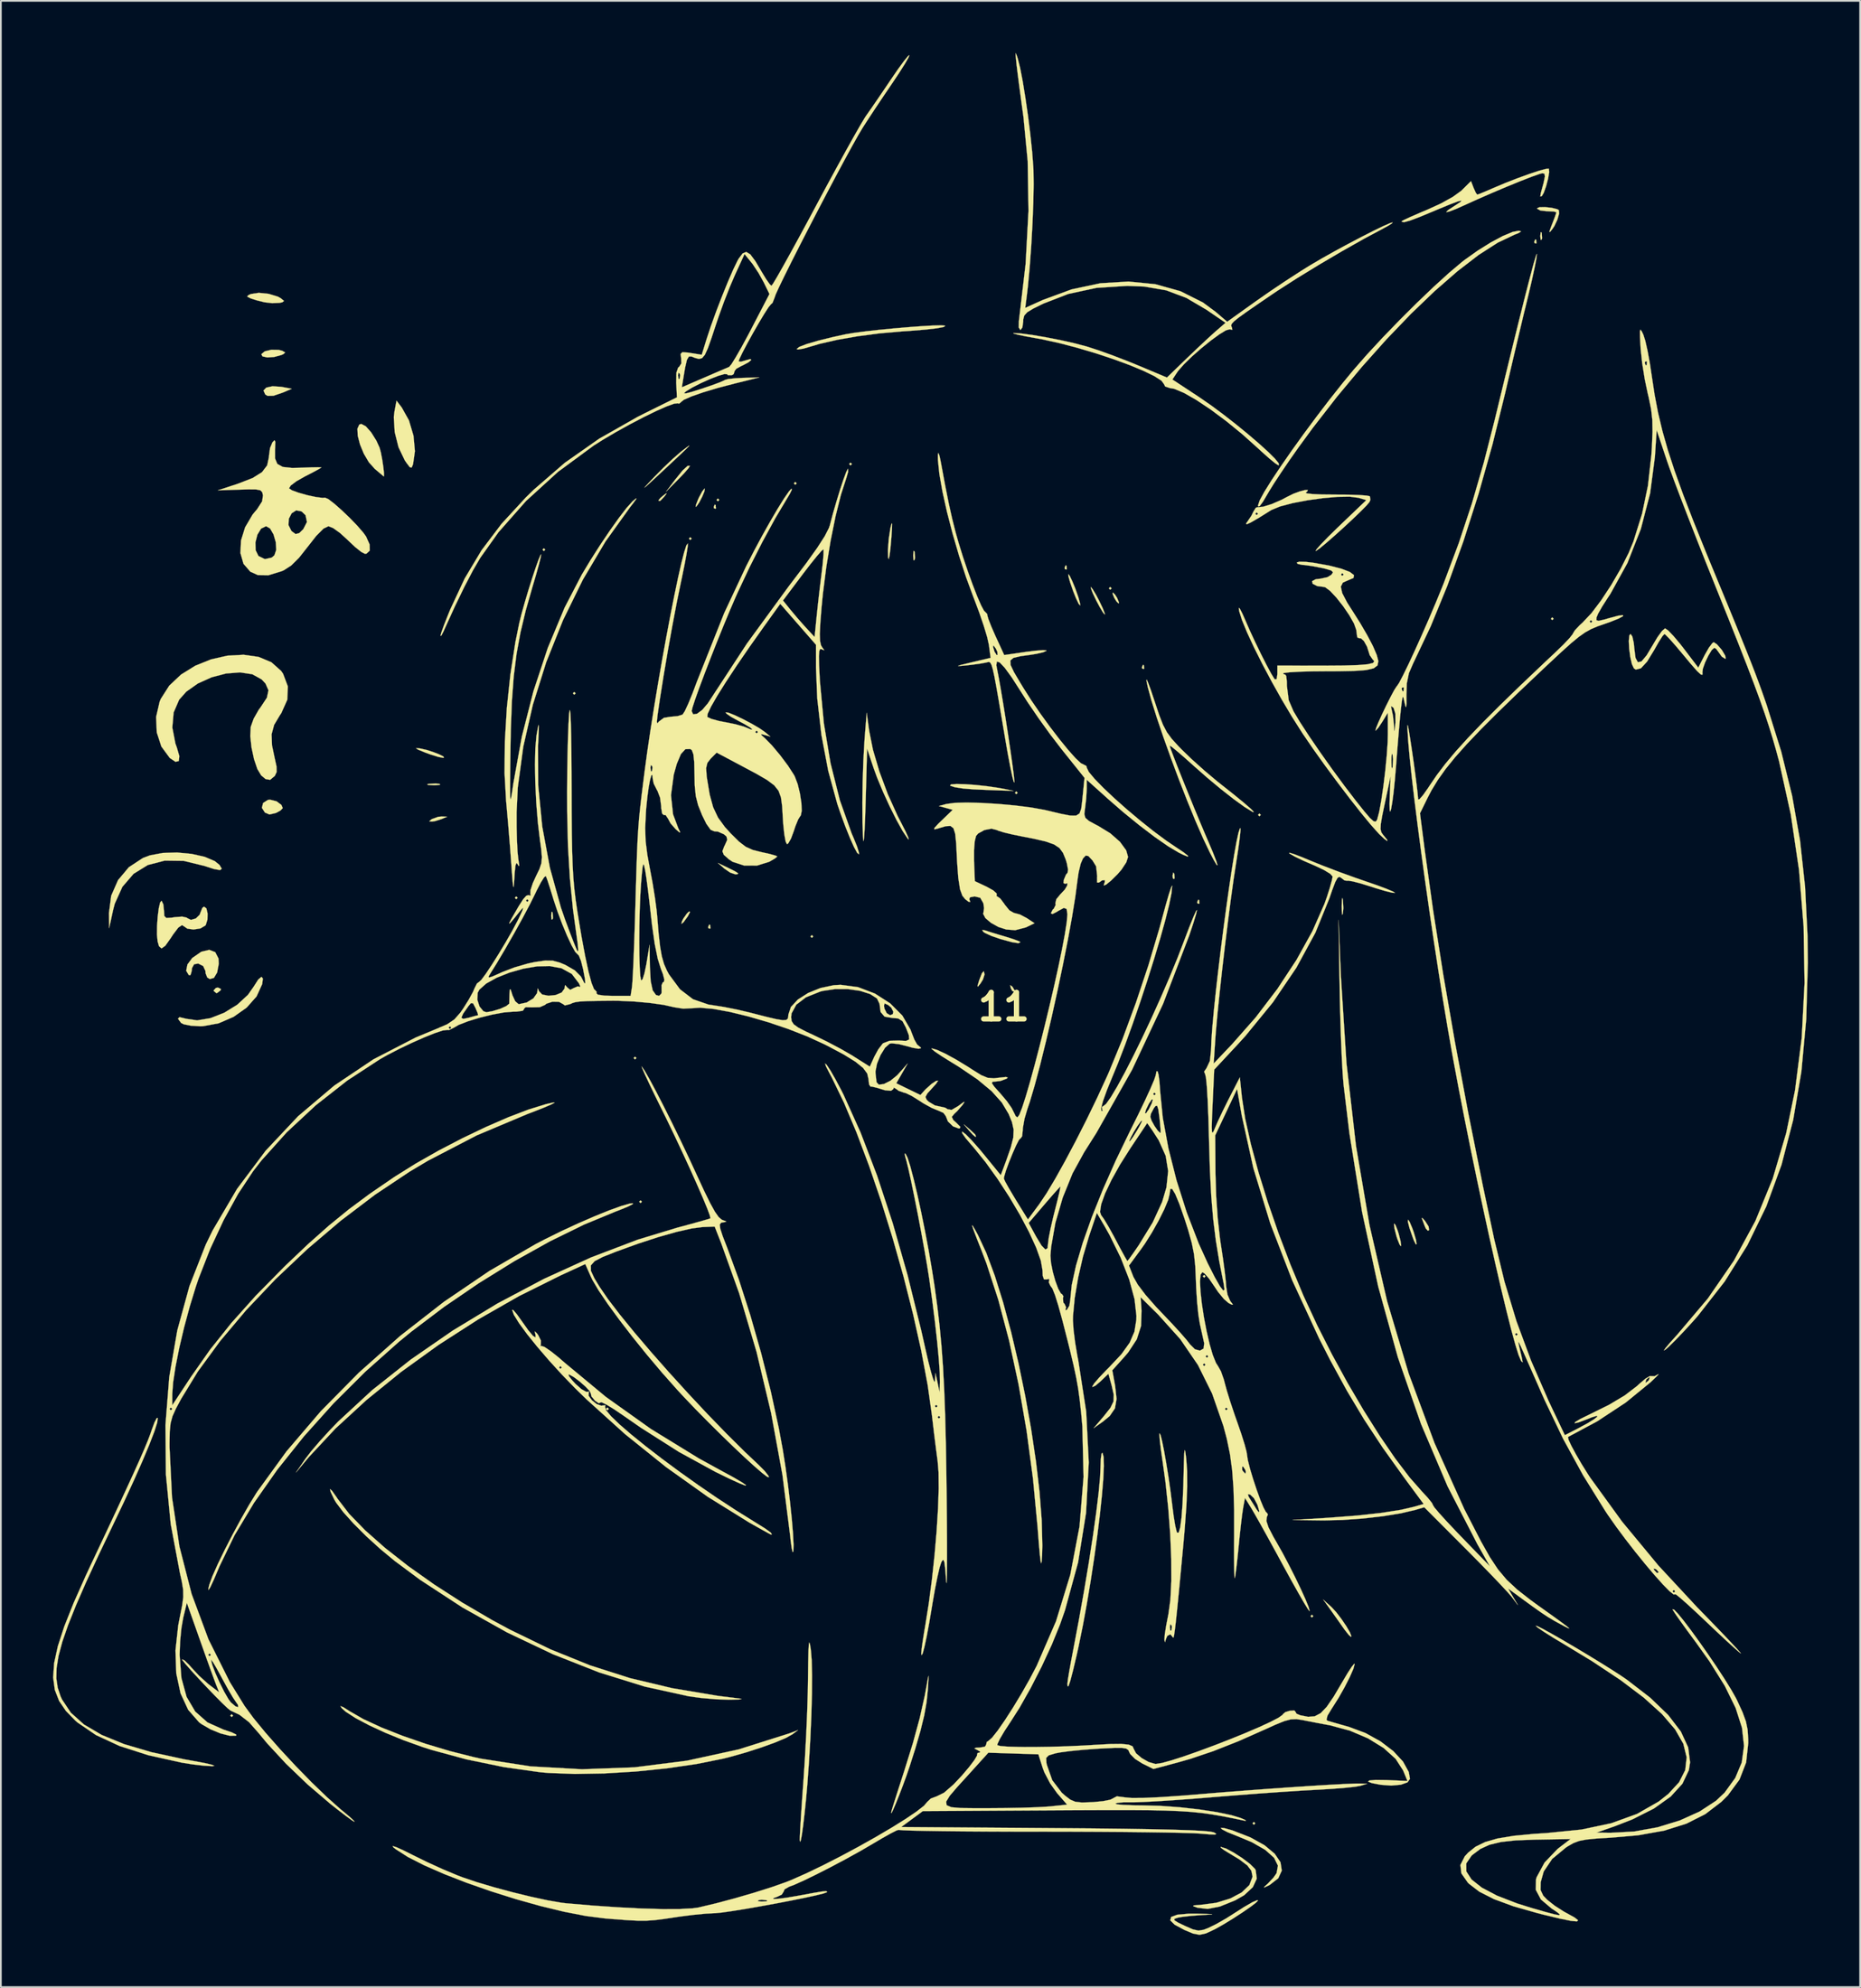
<source format=kicad_pcb>
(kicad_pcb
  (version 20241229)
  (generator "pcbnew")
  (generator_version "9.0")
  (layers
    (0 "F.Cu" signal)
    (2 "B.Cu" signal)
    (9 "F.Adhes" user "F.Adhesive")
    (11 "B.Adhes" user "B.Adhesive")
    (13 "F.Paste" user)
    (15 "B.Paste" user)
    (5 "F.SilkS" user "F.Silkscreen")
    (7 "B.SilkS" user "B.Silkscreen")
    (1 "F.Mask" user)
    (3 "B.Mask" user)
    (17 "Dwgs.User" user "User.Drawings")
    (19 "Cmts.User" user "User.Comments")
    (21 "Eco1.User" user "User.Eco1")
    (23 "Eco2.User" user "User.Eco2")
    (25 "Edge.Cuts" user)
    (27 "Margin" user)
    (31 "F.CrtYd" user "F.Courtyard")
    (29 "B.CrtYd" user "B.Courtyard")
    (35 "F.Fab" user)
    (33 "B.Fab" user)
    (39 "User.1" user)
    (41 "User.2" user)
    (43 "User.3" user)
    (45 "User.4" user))
  (footprint "11"
    (layer "F.Cu")
    (at 54.632 54.806)
    (property "Reference" "11" (at 0 0 0) (layer "F.SilkS") (effects (font (size 1.524 1.524) (thickness 0.3))))
    (attr through_hole allow_missing_courtyard)
    (fp_poly (pts (xy -44.291 40.719) (xy -44.371 40.799) (xy -44.45 40.719) (xy -44.371 40.64) (xy -44.291 40.719)) (stroke (width 0.01) (type solid)) (fill yes) (layer "F.SilkS"))
    (fp_poly (pts (xy -27.94 -6.271) (xy -28.019 -6.191) (xy -28.099 -6.271) (xy -28.019 -6.35) (xy -27.94 -6.271)) (stroke (width 0.01) (type solid)) (fill yes) (layer "F.SilkS"))
    (fp_poly (pts (xy -26.352 -26.273) (xy -26.432 -26.194) (xy -26.511 -26.273) (xy -26.432 -26.352) (xy -26.352 -26.273)) (stroke (width 0.01) (type solid)) (fill yes) (layer "F.SilkS"))
    (fp_poly (pts (xy -24.606 -18.018) (xy -24.686 -17.939) (xy -24.765 -18.018) (xy -24.686 -18.098) (xy -24.606 -18.018)) (stroke (width 0.01) (type solid)) (fill yes) (layer "F.SilkS"))
    (fp_poly (pts (xy -22.701 23.098) (xy -22.781 23.177) (xy -22.86 23.098) (xy -22.781 23.019) (xy -22.701 23.098)) (stroke (width 0.01) (type solid)) (fill yes) (layer "F.SilkS"))
    (fp_poly (pts (xy -21.114 2.937) (xy -21.193 3.016) (xy -21.273 2.937) (xy -21.193 2.857) (xy -21.114 2.937)) (stroke (width 0.01) (type solid)) (fill yes) (layer "F.SilkS"))
    (fp_poly (pts (xy -20.796 11.192) (xy -20.876 11.271) (xy -20.955 11.192) (xy -20.876 11.113) (xy -20.796 11.192)) (stroke (width 0.01) (type solid)) (fill yes) (layer "F.SilkS"))
    (fp_poly (pts (xy -17.939 -26.908) (xy -18.018 -26.829) (xy -18.098 -26.908) (xy -18.018 -26.988) (xy -17.939 -26.908)) (stroke (width 0.01) (type solid)) (fill yes) (layer "F.SilkS"))
    (fp_poly (pts (xy -16.351 -29.131) (xy -16.431 -29.051) (xy -16.51 -29.131) (xy -16.431 -29.21) (xy -16.351 -29.131)) (stroke (width 0.01) (type solid)) (fill yes) (layer "F.SilkS"))
    (fp_poly (pts (xy -11.906 -30.083) (xy -11.986 -30.004) (xy -12.065 -30.083) (xy -11.986 -30.163) (xy -11.906 -30.083)) (stroke (width 0.01) (type solid)) (fill yes) (layer "F.SilkS"))
    (fp_poly (pts (xy -10.954 -4.048) (xy -11.033 -3.969) (xy -11.113 -4.048) (xy -11.033 -4.128) (xy -10.954 -4.048)) (stroke (width 0.01) (type solid)) (fill yes) (layer "F.SilkS"))
    (fp_poly (pts (xy -8.731 -31.194) (xy -8.811 -31.115) (xy -8.89 -31.194) (xy -8.811 -31.274) (xy -8.731 -31.194)) (stroke (width 0.01) (type solid)) (fill yes) (layer "F.SilkS"))
    (fp_poly (pts (xy 0.794 -12.303) (xy 0.714 -12.224) (xy 0.635 -12.303) (xy 0.714 -12.383) (xy 0.794 -12.303)) (stroke (width 0.01) (type solid)) (fill yes) (layer "F.SilkS"))
    (fp_poly (pts (xy 6.191 -24.051) (xy 6.112 -23.971) (xy 6.032 -24.051) (xy 6.112 -24.13) (xy 6.191 -24.051)) (stroke (width 0.01) (type solid)) (fill yes) (layer "F.SilkS"))
    (fp_poly (pts (xy 11.589 15.478) (xy 11.509 15.557) (xy 11.43 15.478) (xy 11.509 15.399) (xy 11.589 15.478)) (stroke (width 0.01) (type solid)) (fill yes) (layer "F.SilkS"))
    (fp_poly (pts (xy 14.446 46.911) (xy 14.367 46.99) (xy 14.287 46.911) (xy 14.367 46.831) (xy 14.446 46.911)) (stroke (width 0.01) (type solid)) (fill yes) (layer "F.SilkS"))
    (fp_poly (pts (xy 14.764 -11.033) (xy 14.684 -10.954) (xy 14.605 -11.033) (xy 14.684 -11.113) (xy 14.764 -11.033)) (stroke (width 0.01) (type solid)) (fill yes) (layer "F.SilkS"))
    (fp_poly (pts (xy 17.78 35.004) (xy 17.701 35.084) (xy 17.621 35.004) (xy 17.701 34.925) (xy 17.78 35.004)) (stroke (width 0.01) (type solid)) (fill yes) (layer "F.SilkS"))
    (fp_poly (pts (xy 31.591 -22.304) (xy 31.512 -22.225) (xy 31.433 -22.304) (xy 31.512 -22.384) (xy 31.591 -22.304)) (stroke (width 0.01) (type solid)) (fill yes) (layer "F.SilkS"))
    (fp_poly (pts (xy -25.93 -5.437) (xy -25.909 -5.112) (xy -25.93 -5.04) (xy -25.988 -5.02) (xy -26.01 -5.239) (xy -25.985 -5.464) (xy -25.93 -5.437)) (stroke (width 0.01) (type solid)) (fill yes) (layer "F.SilkS"))
    (fp_poly (pts (xy -16.88 -4.71) (xy -16.861 -4.521) (xy -16.88 -4.498) (xy -16.975 -4.52) (xy -16.986 -4.604) (xy -16.928 -4.734) (xy -16.88 -4.71)) (stroke (width 0.01) (type solid)) (fill yes) (layer "F.SilkS"))
    (fp_poly (pts (xy -16.563 -28.84) (xy -16.544 -28.651) (xy -16.563 -28.628) (xy -16.657 -28.65) (xy -16.669 -28.734) (xy -16.611 -28.864) (xy -16.563 -28.84)) (stroke (width 0.01) (type solid)) (fill yes) (layer "F.SilkS"))
    (fp_poly (pts (xy 3.598 -25.347) (xy 3.617 -25.159) (xy 3.598 -25.135) (xy 3.504 -25.157) (xy 3.493 -25.241) (xy 3.551 -25.372) (xy 3.598 -25.347)) (stroke (width 0.01) (type solid)) (fill yes) (layer "F.SilkS"))
    (fp_poly (pts (xy 8.043 -19.632) (xy 8.062 -19.444) (xy 8.043 -19.42) (xy 7.949 -19.442) (xy 7.938 -19.526) (xy 7.996 -19.657) (xy 8.043 -19.632)) (stroke (width 0.01) (type solid)) (fill yes) (layer "F.SilkS"))
    (fp_poly (pts (xy 9.792 -7.65) (xy 9.811 -7.402) (xy 9.78 -7.345) (xy 9.708 -7.393) (xy 9.696 -7.554) (xy 9.735 -7.723) (xy 9.792 -7.65)) (stroke (width 0.01) (type solid)) (fill yes) (layer "F.SilkS"))
    (fp_poly (pts (xy 11.218 -6.138) (xy 11.237 -5.95) (xy 11.218 -5.927) (xy 11.124 -5.948) (xy 11.113 -6.032) (xy 11.171 -6.163) (xy 11.218 -6.138)) (stroke (width 0.01) (type solid)) (fill yes) (layer "F.SilkS"))
    (fp_poly (pts (xy 30.586 -44.08) (xy 30.605 -43.891) (xy 30.586 -43.868) (xy 30.491 -43.89) (xy 30.48 -43.974) (xy 30.538 -44.104) (xy 30.586 -44.08)) (stroke (width 0.01) (type solid)) (fill yes) (layer "F.SilkS"))
    (fp_poly (pts (xy 30.903 -44.49) (xy 30.924 -44.165) (xy 30.903 -44.093) (xy 30.845 -44.073) (xy 30.823 -44.291) (xy 30.848 -44.517) (xy 30.903 -44.49)) (stroke (width 0.01) (type solid)) (fill yes) (layer "F.SilkS"))
    (fp_poly (pts (xy -1.945 7.049) (xy -1.645 7.331) (xy -1.601 7.453) (xy -1.642 7.461) (xy -1.772 7.354) (xy -1.999 7.104) (xy -2.302 6.747) (xy -1.945 7.049)) (stroke (width 0.01) (type solid)) (fill yes) (layer "F.SilkS"))
    (fp_poly (pts (xy 0.475 -1.174) (xy 0.496 -1.154) (xy 0.621 -0.945) (xy 0.604 -0.869) (xy 0.486 -0.917) (xy 0.407 -1.065) (xy 0.359 -1.25) (xy 0.475 -1.174)) (stroke (width 0.01) (type solid)) (fill yes) (layer "F.SilkS"))
    (fp_poly (pts (xy -44.991 -1.034) (xy -45.006 -0.953) (xy -45.209 -0.8) (xy -45.253 -0.794) (xy -45.398 -0.915) (xy -45.403 -0.953) (xy -45.273 -1.092) (xy -45.155 -1.111) (xy -44.991 -1.034)) (stroke (width 0.01) (type solid)) (fill yes) (layer "F.SilkS"))
    (fp_poly (pts (xy -32.423 -12.809) (xy -32.386 -12.766) (xy -32.614 -12.742) (xy -32.782 -12.74) (xy -33.089 -12.756) (xy -33.136 -12.792) (xy -33.058 -12.812) (xy -32.644 -12.838) (xy -32.423 -12.809)) (stroke (width 0.01) (type solid)) (fill yes) (layer "F.SilkS"))
    (fp_poly (pts (xy -19.417 -29.444) (xy -19.506 -29.329) (xy -19.738 -29.082) (xy -19.841 -29.083) (xy -19.844 -29.111) (xy -19.735 -29.244) (xy -19.566 -29.389) (xy -19.378 -29.526) (xy -19.417 -29.444)) (stroke (width 0.01) (type solid)) (fill yes) (layer "F.SilkS"))
    (fp_poly (pts (xy -18.117 -30.959) (xy -18.368 -30.67) (xy -18.701 -30.321) (xy -19.408 -29.607) (xy -18.9 -30.279) (xy -18.459 -30.823) (xy -18.168 -31.088) (xy -18.036 -31.091) (xy -18.117 -30.959)) (stroke (width 0.01) (type solid)) (fill yes) (layer "F.SilkS"))
    (fp_poly (pts (xy -15.875 -8.005) (xy -15.44 -7.788) (xy -15.263 -7.672) (xy -15.311 -7.626) (xy -15.434 -7.62) (xy -15.724 -7.718) (xy -16.056 -7.945) (xy -16.431 -8.271) (xy -15.875 -8.005)) (stroke (width 0.01) (type solid)) (fill yes) (layer "F.SilkS"))
    (fp_poly (pts (xy -5.137 -26.178) (xy -5.129 -26.151) (xy -5.105 -25.805) (xy -5.135 -25.675) (xy -5.187 -25.67) (xy -5.208 -25.918) (xy -5.208 -25.956) (xy -5.185 -26.202) (xy -5.137 -26.178)) (stroke (width 0.01) (type solid)) (fill yes) (layer "F.SilkS"))
    (fp_poly (pts (xy 6.387 -23.691) (xy 6.509 -23.495) (xy 6.611 -23.25) (xy 6.599 -23.177) (xy 6.472 -23.299) (xy 6.35 -23.495) (xy 6.248 -23.74) (xy 6.259 -23.812) (xy 6.387 -23.691)) (stroke (width 0.01) (type solid)) (fill yes) (layer "F.SilkS"))
    (fp_poly (pts (xy 19.481 -6.149) (xy 19.508 -5.68) (xy 19.479 -5.356) (xy 19.442 -5.292) (xy 19.418 -5.5) (xy 19.413 -5.794) (xy 19.425 -6.155) (xy 19.453 -6.26) (xy 19.481 -6.149)) (stroke (width 0.01) (type solid)) (fill yes) (layer "F.SilkS"))
    (fp_poly (pts (xy -31.988 -10.931) (xy -32.306 -10.795) (xy -32.677 -10.678) (xy -32.861 -10.65) (xy -33.019 -10.664) (xy -32.901 -10.769) (xy -32.861 -10.795) (xy -32.501 -10.923) (xy -32.306 -10.94) (xy -31.988 -10.931)) (stroke (width 0.01) (type solid)) (fill yes) (layer "F.SilkS"))
    (fp_poly (pts (xy -18.034 -5.452) (xy -18.15 -5.223) (xy -18.179 -5.179) (xy -18.406 -4.869) (xy -18.525 -4.771) (xy -18.503 -4.901) (xy -18.42 -5.071) (xy -18.21 -5.37) (xy -18.08 -5.488) (xy -18.034 -5.452)) (stroke (width 0.01) (type solid)) (fill yes) (layer "F.SilkS"))
    (fp_poly (pts (xy 24.198 12.294) (xy 24.406 12.618) (xy 24.435 12.823) (xy 24.363 12.859) (xy 24.247 12.731) (xy 24.18 12.581) (xy 24.06 12.258) (xy 24.014 12.144) (xy 24.045 12.126) (xy 24.198 12.294)) (stroke (width 0.01) (type solid)) (fill yes) (layer "F.SilkS"))
    (fp_poly (pts (xy -41.513 -35.629) (xy -41.471 -35.621) (xy -40.916 -35.517) (xy -41.431 -35.3) (xy -41.969 -35.116) (xy -42.307 -35.11) (xy -42.439 -35.19) (xy -42.541 -35.417) (xy -42.384 -35.583) (xy -42.022 -35.662) (xy -41.513 -35.629)) (stroke (width 0.01) (type solid)) (fill yes) (layer "F.SilkS"))
    (fp_poly (pts (xy -1.111 -1.873) (xy -1.111 -1.856) (xy -1.202 -1.575) (xy -1.347 -1.34) (xy -1.494 -1.164) (xy -1.513 -1.219) (xy -1.414 -1.538) (xy -1.411 -1.548) (xy -1.256 -1.942) (xy -1.151 -2.054) (xy -1.111 -1.873)) (stroke (width 0.01) (type solid)) (fill yes) (layer "F.SilkS"))
    (fp_poly (pts (xy -41.798 -11.817) (xy -41.514 -11.607) (xy -41.434 -11.424) (xy -41.561 -11.29) (xy -41.815 -11.149) (xy -42.196 -11.057) (xy -42.458 -11.167) (xy -42.634 -11.439) (xy -42.563 -11.719) (xy -42.291 -11.892) (xy -42.163 -11.906) (xy -41.798 -11.817)) (stroke (width 0.01) (type solid)) (fill yes) (layer "F.SilkS"))
    (fp_poly (pts (xy -41.671 -37.753) (xy -41.46 -37.698) (xy -41.294 -37.6) (xy -41.409 -37.504) (xy -41.513 -37.459) (xy -41.926 -37.345) (xy -42.321 -37.319) (xy -42.599 -37.378) (xy -42.665 -37.505) (xy -42.467 -37.669) (xy -42.091 -37.759) (xy -41.671 -37.753)) (stroke (width 0.01) (type solid)) (fill yes) (layer "F.SilkS"))
    (fp_poly (pts (xy -17.184 -29.778) (xy -17.208 -29.615) (xy -17.337 -29.308) (xy -17.507 -28.982) (xy -17.657 -28.764) (xy -17.702 -28.734) (xy -17.688 -28.859) (xy -17.564 -29.172) (xy -17.511 -29.287) (xy -17.33 -29.623) (xy -17.203 -29.779) (xy -17.184 -29.778)) (stroke (width 0.01) (type solid)) (fill yes) (layer "F.SilkS"))
    (fp_poly (pts (xy 23.321 12.36) (xy 23.466 12.705) (xy 23.55 12.938) (xy 23.675 13.362) (xy 23.717 13.613) (xy 23.68 13.652) (xy 23.568 13.436) (xy 23.512 13.295) (xy 23.305 12.699) (xy 23.212 12.332) (xy 23.231 12.224) (xy 23.321 12.36)) (stroke (width 0.01) (type solid)) (fill yes) (layer "F.SilkS"))
    (fp_poly (pts (xy 3.785 -24.767) (xy 3.941 -24.441) (xy 4.108 -24.031) (xy 4.279 -23.547) (xy 4.377 -23.194) (xy 4.385 -23.064) (xy 4.299 -23.163) (xy 4.144 -23.488) (xy 3.979 -23.902) (xy 3.81 -24.387) (xy 3.711 -24.739) (xy 3.702 -24.868) (xy 3.785 -24.767)) (stroke (width 0.01) (type solid)) (fill yes) (layer "F.SilkS"))
    (fp_poly (pts (xy 5.104 -24.001) (xy 5.302 -23.667) (xy 5.477 -23.336) (xy 5.682 -22.907) (xy 5.795 -22.618) (xy 5.8 -22.543) (xy 5.691 -22.672) (xy 5.493 -23.006) (xy 5.318 -23.336) (xy 5.113 -23.766) (xy 5 -24.054) (xy 4.995 -24.13) (xy 5.104 -24.001)) (stroke (width 0.01) (type solid)) (fill yes) (layer "F.SilkS"))
    (fp_poly (pts (xy 22.506 12.54) (xy 22.63 12.854) (xy 22.687 13.032) (xy 22.793 13.445) (xy 22.827 13.709) (xy 22.817 13.748) (xy 22.738 13.654) (xy 22.613 13.34) (xy 22.557 13.162) (xy 22.451 12.749) (xy 22.417 12.484) (xy 22.427 12.445) (xy 22.506 12.54)) (stroke (width 0.01) (type solid)) (fill yes) (layer "F.SilkS"))
    (fp_poly (pts (xy -33.616 -14.861) (xy -33.553 -14.852) (xy -33.193 -14.773) (xy -32.798 -14.648) (xy -32.444 -14.511) (xy -32.209 -14.391) (xy -32.169 -14.32) (xy -32.226 -14.313) (xy -32.503 -14.367) (xy -32.952 -14.507) (xy -33.258 -14.619) (xy -33.663 -14.785) (xy -33.778 -14.863) (xy -33.616 -14.861)) (stroke (width 0.01) (type solid)) (fill yes) (layer "F.SilkS"))
    (fp_poly (pts (xy -6.422 -27.753) (xy -6.432 -27.428) (xy -6.462 -26.988) (xy -6.518 -26.342) (xy -6.573 -25.916) (xy -6.619 -25.733) (xy -6.65 -25.816) (xy -6.659 -26.188) (xy -6.658 -26.286) (xy -6.615 -26.882) (xy -6.521 -27.495) (xy -6.511 -27.543) (xy -6.448 -27.786) (xy -6.422 -27.753)) (stroke (width 0.01) (type solid)) (fill yes) (layer "F.SilkS"))
    (fp_poly (pts (xy -42.244 -40.972) (xy -41.72 -40.813) (xy -41.546 -40.717) (xy -41.362 -40.564) (xy -41.456 -40.489) (xy -41.625 -40.453) (xy -42.048 -40.437) (xy -42.488 -40.489) (xy -42.942 -40.602) (xy -43.282 -40.713) (xy -43.484 -40.816) (xy -43.4 -40.903) (xy -43.259 -40.963) (xy -42.811 -41.03) (xy -42.244 -40.972)) (stroke (width 0.01) (type solid)) (fill yes) (layer "F.SilkS"))
    (fp_poly (pts (xy -34.599 -34.443) (xy -34.185 -33.703) (xy -33.924 -32.825) (xy -33.84 -31.931) (xy -33.949 -31.178) (xy -34.028 -30.993) (xy -34.135 -31.013) (xy -34.327 -31.265) (xy -34.425 -31.411) (xy -34.782 -32.157) (xy -35.002 -33.032) (xy -35.053 -33.885) (xy -35.016 -34.206) (xy -34.898 -34.834) (xy -34.599 -34.443)) (stroke (width 0.01) (type solid)) (fill yes) (layer "F.SilkS"))
    (fp_poly (pts (xy 18.832 34.492) (xy 19.101 34.783) (xy 19.398 35.171) (xy 19.675 35.578) (xy 19.881 35.931) (xy 19.968 36.154) (xy 19.944 36.195) (xy 19.813 36.078) (xy 19.582 35.785) (xy 19.506 35.679) (xy 19.164 35.192) (xy 18.796 34.674) (xy 18.749 34.608) (xy 18.35 34.052) (xy 18.832 34.492)) (stroke (width 0.01) (type solid)) (fill yes) (layer "F.SilkS"))
    (fp_poly (pts (xy -1.066 -4.392) (xy -0.759 -4.293) (xy -0.274 -4.145) (xy 0.085 -4.04) (xy 0.554 -3.892) (xy 0.869 -3.773) (xy 0.953 -3.719) (xy 0.834 -3.663) (xy 0.466 -3.72) (xy -0.174 -3.895) (xy -0.238 -3.914) (xy -0.722 -4.082) (xy -1.083 -4.248) (xy -1.191 -4.323) (xy -1.238 -4.429) (xy -1.066 -4.392)) (stroke (width 0.01) (type solid)) (fill yes) (layer "F.SilkS"))
    (fp_poly (pts (xy -18.088 -32.228) (xy -18.255 -32.057) (xy -18.605 -31.724) (xy -19.156 -31.207) (xy -19.685 -30.713) (xy -20.225 -30.211) (xy -20.544 -29.921) (xy -20.651 -29.837) (xy -20.555 -29.953) (xy -20.267 -30.262) (xy -20.082 -30.456) (xy -19.552 -30.991) (xy -19.013 -31.502) (xy -18.565 -31.892) (xy -18.494 -31.948) (xy -18.226 -32.154) (xy -18.084 -32.253) (xy -18.088 -32.228)) (stroke (width 0.01) (type solid)) (fill yes) (layer "F.SilkS"))
    (fp_poly (pts (xy -2.218 -12.796) (xy -1.606 -12.752) (xy -0.945 -12.68) (xy -0.302 -12.585) (xy -0.079 -12.544) (xy 0.556 -12.419) (xy 0 -12.432) (xy -0.44 -12.447) (xy -1.064 -12.471) (xy -1.737 -12.501) (xy -1.746 -12.501) (xy -2.343 -12.549) (xy -2.819 -12.624) (xy -3.081 -12.712) (xy -3.095 -12.724) (xy -3.029 -12.786) (xy -2.714 -12.809) (xy -2.218 -12.796)) (stroke (width 0.01) (type solid)) (fill yes) (layer "F.SilkS"))
    (fp_poly (pts (xy -36.665 -33.362) (xy -36.356 -33.014) (xy -36.055 -32.533) (xy -35.871 -32.129) (xy -35.797 -31.853) (xy -35.72 -31.45) (xy -35.656 -31.021) (xy -35.618 -30.666) (xy -35.621 -30.487) (xy -35.635 -30.484) (xy -35.746 -30.578) (xy -36.02 -30.809) (xy -36.152 -30.921) (xy -36.487 -31.297) (xy -36.775 -31.785) (xy -36.994 -32.315) (xy -37.125 -32.818) (xy -37.145 -33.223) (xy -37.035 -33.462) (xy -36.92 -33.496) (xy -36.665 -33.362)) (stroke (width 0.01) (type solid)) (fill yes) (layer "F.SilkS"))
    (fp_poly (pts (xy -45.314 -3.146) (xy -45.128 -2.783) (xy -45.112 -2.48) (xy -45.205 -1.979) (xy -45.39 -1.67) (xy -45.626 -1.601) (xy -45.773 -1.693) (xy -45.866 -1.928) (xy -45.879 -2.073) (xy -46.007 -2.348) (xy -46.289 -2.492) (xy -46.528 -2.452) (xy -46.648 -2.237) (xy -46.672 -2.045) (xy -46.735 -1.831) (xy -46.831 -1.826) (xy -46.983 -2.079) (xy -46.912 -2.438) (xy -46.637 -2.808) (xy -46.633 -2.812) (xy -46.114 -3.171) (xy -45.659 -3.279) (xy -45.314 -3.146)) (stroke (width 0.01) (type solid)) (fill yes) (layer "F.SilkS"))
    (fp_poly (pts (xy 31.473 -45.916) (xy 31.789 -45.839) (xy 31.888 -45.786) (xy 31.907 -45.59) (xy 31.808 -45.243) (xy 31.634 -44.87) (xy 31.514 -44.688) (xy 31.369 -44.518) (xy 31.348 -44.557) (xy 31.45 -44.842) (xy 31.507 -44.985) (xy 31.658 -45.38) (xy 31.743 -45.628) (xy 31.75 -45.66) (xy 31.61 -45.7) (xy 31.267 -45.719) (xy 31.194 -45.72) (xy 30.827 -45.762) (xy 30.644 -45.864) (xy 30.639 -45.886) (xy 30.773 -45.95) (xy 31.093 -45.957) (xy 31.473 -45.916)) (stroke (width 0.01) (type solid)) (fill yes) (layer "F.SilkS"))
    (fp_poly (pts (xy -42.576 -1.63) (xy -42.617 -1.31) (xy -42.94 -0.603) (xy -43.51 0.039) (xy -44.26 0.569) (xy -45.119 0.941) (xy -46.018 1.107) (xy -46.183 1.111) (xy -46.712 1.08) (xy -47.121 0.998) (xy -47.276 0.921) (xy -47.456 0.676) (xy -47.368 0.588) (xy -47.025 0.67) (xy -47.006 0.678) (xy -46.351 0.772) (xy -45.588 0.645) (xy -44.796 0.334) (xy -44.052 -0.124) (xy -43.435 -0.693) (xy -43.1 -1.171) (xy -42.844 -1.572) (xy -42.659 -1.729) (xy -42.576 -1.63)) (stroke (width 0.01) (type solid)) (fill yes) (layer "F.SilkS"))
    (fp_poly (pts (xy -46.674 -8.793) (xy -45.924 -8.625) (xy -45.341 -8.378) (xy -45.072 -8.16) (xy -44.939 -7.94) (xy -45.036 -7.862) (xy -45.383 -7.923) (xy -45.926 -8.098) (xy -47.122 -8.391) (xy -48.219 -8.405) (xy -49.189 -8.154) (xy -50.007 -7.649) (xy -50.649 -6.903) (xy -51.089 -5.929) (xy -51.188 -5.546) (xy -51.41 -4.524) (xy -51.422 -5.387) (xy -51.293 -6.387) (xy -50.899 -7.285) (xy -50.279 -8.026) (xy -49.472 -8.556) (xy -49.066 -8.709) (xy -48.33 -8.847) (xy -47.504 -8.871) (xy -46.674 -8.793)) (stroke (width 0.01) (type solid)) (fill yes) (layer "F.SilkS"))
    (fp_poly (pts (xy 12.649 47.18) (xy 13.102 47.306) (xy 13.126 47.313) (xy 14.162 47.716) (xy 14.978 48.17) (xy 15.561 48.655) (xy 15.896 49.147) (xy 15.97 49.624) (xy 15.768 50.065) (xy 15.276 50.448) (xy 15.162 50.506) (xy 14.95 50.601) (xy 14.975 50.547) (xy 15.171 50.37) (xy 15.489 50.033) (xy 15.67 49.776) (xy 15.75 49.342) (xy 15.529 48.89) (xy 15.022 48.435) (xy 14.244 47.989) (xy 13.367 47.624) (xy 12.841 47.413) (xy 12.535 47.255) (xy 12.466 47.17) (xy 12.649 47.18)) (stroke (width 0.01) (type solid)) (fill yes) (layer "F.SilkS"))
    (fp_poly (pts (xy -4.328 38.578) (xy -4.354 39.019) (xy -4.366 39.211) (xy -4.44 39.936) (xy -4.576 40.708) (xy -4.792 41.592) (xy -5.101 42.654) (xy -5.408 43.617) (xy -5.593 44.159) (xy -5.802 44.733) (xy -6.014 45.288) (xy -6.208 45.772) (xy -6.364 46.135) (xy -6.46 46.325) (xy -6.476 46.289) (xy -6.454 46.196) (xy -6.384 45.962) (xy -6.235 45.491) (xy -6.029 44.846) (xy -5.785 44.092) (xy -5.733 43.933) (xy -5.225 42.299) (xy -4.837 40.878) (xy -4.549 39.598) (xy -4.434 38.973) (xy -4.364 38.571) (xy -4.33 38.434) (xy -4.328 38.578)) (stroke (width 0.01) (type solid)) (fill yes) (layer "F.SilkS"))
    (fp_poly (pts (xy -3.374 -39.143) (xy -3.367 -39.138) (xy -3.455 -39.068) (xy -3.84 -38.994) (xy -4.502 -38.918) (xy -5.421 -38.843) (xy -5.874 -38.813) (xy -7.121 -38.704) (xy -8.382 -38.539) (xy -9.563 -38.333) (xy -10.575 -38.102) (xy -11.073 -37.954) (xy -11.526 -37.822) (xy -11.828 -37.774) (xy -11.906 -37.803) (xy -11.757 -37.923) (xy -11.337 -38.085) (xy -10.688 -38.276) (xy -9.852 -38.483) (xy -9.109 -38.646) (xy -8.629 -38.727) (xy -7.966 -38.814) (xy -7.183 -38.902) (xy -6.34 -38.984) (xy -5.499 -39.057) (xy -4.72 -39.115) (xy -4.065 -39.152) (xy -3.596 -39.163) (xy -3.374 -39.143)) (stroke (width 0.01) (type solid)) (fill yes) (layer "F.SilkS"))
    (fp_poly (pts (xy -11.14 36.625) (xy -11.093 36.909) (xy -11.043 37.514) (xy -11.022 38.382) (xy -11.028 39.459) (xy -11.061 40.693) (xy -11.119 42.03) (xy -11.2 43.418) (xy -11.289 44.636) (xy -11.367 45.519) (xy -11.45 46.328) (xy -11.531 47.02) (xy -11.605 47.553) (xy -11.667 47.885) (xy -11.71 47.973) (xy -11.727 47.863) (xy -11.72 47.612) (xy -11.693 47.098) (xy -11.648 46.375) (xy -11.589 45.498) (xy -11.519 44.518) (xy -11.508 44.371) (xy -11.429 43.16) (xy -11.358 41.833) (xy -11.301 40.506) (xy -11.264 39.296) (xy -11.252 38.576) (xy -11.241 37.641) (xy -11.227 37) (xy -11.207 36.632) (xy -11.179 36.515) (xy -11.14 36.625)) (stroke (width 0.01) (type solid)) (fill yes) (layer "F.SilkS"))
    (fp_poly (pts (xy -7.742 -15.875) (xy -7.522 -14.774) (xy -7.152 -13.52) (xy -6.668 -12.219) (xy -6.106 -10.975) (xy -5.931 -10.636) (xy -5.662 -10.112) (xy -5.501 -9.76) (xy -5.464 -9.618) (xy -5.525 -9.671) (xy -5.814 -10.103) (xy -6.174 -10.752) (xy -6.565 -11.535) (xy -6.948 -12.371) (xy -7.284 -13.179) (xy -7.486 -13.732) (xy -7.858 -14.843) (xy -7.943 -11.748) (xy -7.971 -10.874) (xy -8.001 -10.193) (xy -8.031 -9.735) (xy -8.059 -9.526) (xy -8.083 -9.598) (xy -8.09 -9.684) (xy -8.123 -10.597) (xy -8.13 -11.721) (xy -8.112 -12.947) (xy -8.071 -14.169) (xy -8.009 -15.282) (xy -7.989 -15.557) (xy -7.881 -16.907) (xy -7.742 -15.875)) (stroke (width 0.01) (type solid)) (fill yes) (layer "F.SilkS"))
    (fp_poly (pts (xy -1.793 12.568) (xy -1.659 12.794) (xy -1.493 13.097) (xy -1.007 14.14) (xy -0.52 15.45) (xy -0.043 16.976) (xy 0.414 18.669) (xy 0.841 20.478) (xy 1.228 22.352) (xy 1.565 24.241) (xy 1.842 26.096) (xy 2.049 27.865) (xy 2.175 29.498) (xy 2.211 30.945) (xy 2.196 31.512) (xy 2.173 31.855) (xy 2.146 31.971) (xy 2.111 31.843) (xy 2.066 31.451) (xy 2.007 30.778) (xy 1.939 29.897) (xy 1.674 27.103) (xy 1.306 24.349) (xy 0.845 21.686) (xy 0.301 19.165) (xy -0.316 16.836) (xy -0.995 14.75) (xy -1.274 14.016) (xy -1.572 13.262) (xy -1.754 12.782) (xy -1.827 12.557) (xy -1.793 12.568)) (stroke (width 0.01) (type solid)) (fill yes) (layer "F.SilkS"))
    (fp_poly (pts (xy 12.766 48.357) (xy 13.212 48.594) (xy 13.702 48.91) (xy 14.139 49.241) (xy 14.424 49.522) (xy 14.468 49.594) (xy 14.533 50.086) (xy 14.304 50.579) (xy 13.805 51.04) (xy 13.298 51.331) (xy 12.419 51.687) (xy 11.712 51.827) (xy 11.129 51.759) (xy 11.113 51.754) (xy 10.878 51.668) (xy 10.908 51.625) (xy 11.227 51.6) (xy 11.271 51.597) (xy 12.2 51.476) (xy 13.015 51.227) (xy 13.668 50.879) (xy 14.108 50.457) (xy 14.286 49.991) (xy 14.287 49.945) (xy 14.22 49.628) (xy 13.986 49.324) (xy 13.539 48.986) (xy 13.018 48.671) (xy 12.649 48.446) (xy 12.458 48.298) (xy 12.462 48.263) (xy 12.766 48.357)) (stroke (width 0.01) (type solid)) (fill yes) (layer "F.SilkS"))
    (fp_poly (pts (xy 5.732 25.86) (xy 5.746 26.377) (xy 5.712 27.128) (xy 5.634 28.071) (xy 5.518 29.167) (xy 5.368 30.377) (xy 5.19 31.66) (xy 4.989 32.977) (xy 4.769 34.288) (xy 4.537 35.553) (xy 4.296 36.733) (xy 4.187 37.225) (xy 3.977 38.116) (xy 3.822 38.708) (xy 3.719 39.013) (xy 3.664 39.043) (xy 3.652 38.881) (xy 3.681 38.638) (xy 3.76 38.161) (xy 3.876 37.523) (xy 3.978 36.989) (xy 4.308 35.244) (xy 4.613 33.538) (xy 4.885 31.91) (xy 5.119 30.4) (xy 5.309 29.048) (xy 5.448 27.895) (xy 5.532 26.98) (xy 5.554 26.445) (xy 5.571 25.968) (xy 5.614 25.67) (xy 5.664 25.614) (xy 5.732 25.86)) (stroke (width 0.01) (type solid)) (fill yes) (layer "F.SilkS"))
    (fp_poly (pts (xy -48.396 -6.098) (xy -48.299 -5.895) (xy -48.26 -5.533) (xy -48.242 -5.227) (xy -48.126 -5.11) (xy -47.823 -5.127) (xy -47.641 -5.157) (xy -47.212 -5.189) (xy -46.951 -5.131) (xy -46.927 -5.106) (xy -46.712 -5) (xy -46.428 -5.083) (xy -46.207 -5.299) (xy -46.165 -5.42) (xy -46.055 -5.69) (xy -45.958 -5.761) (xy -45.822 -5.661) (xy -45.755 -5.372) (xy -45.763 -5.016) (xy -45.856 -4.717) (xy -45.887 -4.674) (xy -46.169 -4.51) (xy -46.563 -4.449) (xy -46.921 -4.499) (xy -47.071 -4.606) (xy -47.221 -4.702) (xy -47.436 -4.559) (xy -47.741 -4.157) (xy -47.872 -3.955) (xy -48.184 -3.515) (xy -48.4 -3.362) (xy -48.546 -3.489) (xy -48.626 -3.77) (xy -48.662 -4.155) (xy -48.657 -4.656) (xy -48.62 -5.187) (xy -48.559 -5.662) (xy -48.483 -5.995) (xy -48.4 -6.1) (xy -48.396 -6.098)) (stroke (width 0.01) (type solid)) (fill yes) (layer "F.SilkS"))
    (fp_poly (pts (xy -38.608 27.797) (xy -38.347 28.166) (xy -38.281 28.266) (xy -37.62 29.127) (xy -36.698 30.077) (xy -35.552 31.089) (xy -34.216 32.137) (xy -32.726 33.192) (xy -31.117 34.228) (xy -29.425 35.219) (xy -28.388 35.779) (xy -26.061 36.909) (xy -23.783 37.831) (xy -21.477 38.568) (xy -19.063 39.143) (xy -16.464 39.58) (xy -15.161 39.744) (xy -15.068 39.771) (xy -15.254 39.793) (xy -15.676 39.805) (xy -15.796 39.806) (xy -16.556 39.78) (xy -17.422 39.704) (xy -18.098 39.611) (xy -20.629 39.054) (xy -23.251 38.24) (xy -25.909 37.193) (xy -28.546 35.94) (xy -31.11 34.506) (xy -33.544 32.915) (xy -35.004 31.83) (xy -35.83 31.146) (xy -36.633 30.416) (xy -37.359 29.692) (xy -37.955 29.029) (xy -38.37 28.479) (xy -38.473 28.304) (xy -38.681 27.868) (xy -38.723 27.698) (xy -38.608 27.797)) (stroke (width 0.01) (type solid)) (fill yes) (layer "F.SilkS"))
    (fp_poly (pts (xy 14.605 51.344) (xy 14.48 51.475) (xy 14.151 51.723) (xy 13.688 52.042) (xy 13.158 52.386) (xy 12.631 52.709) (xy 12.176 52.966) (xy 12.111 53) (xy 11.612 53.234) (xy 11.246 53.314) (xy 10.873 53.243) (xy 10.378 53.036) (xy 9.815 52.733) (xy 9.562 52.483) (xy 9.614 52.29) (xy 9.965 52.161) (xy 10.612 52.102) (xy 11.113 52.102) (xy 11.692 52.117) (xy 11.967 52.13) (xy 11.95 52.144) (xy 11.652 52.164) (xy 11.351 52.181) (xy 10.761 52.225) (xy 10.245 52.285) (xy 10.001 52.329) (xy 9.798 52.396) (xy 9.793 52.478) (xy 10.018 52.617) (xy 10.387 52.795) (xy 10.861 53.002) (xy 11.181 53.074) (xy 11.477 53.026) (xy 11.736 52.927) (xy 12.195 52.703) (xy 12.757 52.383) (xy 13.097 52.169) (xy 13.794 51.723) (xy 14.288 51.438) (xy 14.558 51.324) (xy 14.605 51.344)) (stroke (width 0.01) (type solid)) (fill yes) (layer "F.SilkS"))
    (fp_poly (pts (xy -37.948 40.241) (xy -37.593 40.467) (xy -36.803 40.921) (xy -35.766 41.401) (xy -34.547 41.883) (xy -33.212 42.344) (xy -31.827 42.759) (xy -30.457 43.105) (xy -30.057 43.193) (xy -27.197 43.637) (xy -24.239 43.802) (xy -21.229 43.692) (xy -18.213 43.31) (xy -15.237 42.661) (xy -12.347 41.748) (xy -12.144 41.673) (xy -11.827 41.553) (xy -12.144 41.791) (xy -12.527 42.003) (xy -13.145 42.264) (xy -13.927 42.547) (xy -14.799 42.829) (xy -15.689 43.081) (xy -16.131 43.193) (xy -17.666 43.502) (xy -19.375 43.751) (xy -21.169 43.934) (xy -22.96 44.043) (xy -24.657 44.072) (xy -26.172 44.015) (xy -26.642 43.973) (xy -28.729 43.678) (xy -30.866 43.238) (xy -32.895 42.687) (xy -33.417 42.519) (xy -34.498 42.131) (xy -35.533 41.708) (xy -36.468 41.277) (xy -37.246 40.865) (xy -37.813 40.499) (xy -38.044 40.294) (xy -38.119 40.17) (xy -37.948 40.241)) (stroke (width 0.01) (type solid)) (fill yes) (layer "F.SilkS"))
    (fp_poly (pts (xy 29.723 -44.561) (xy 29.572 -44.463) (xy 29.341 -44.372) (xy 28.379 -43.914) (xy 27.279 -43.207) (xy 26.066 -42.274) (xy 24.763 -41.139) (xy 23.395 -39.827) (xy 21.986 -38.36) (xy 20.56 -36.763) (xy 19.141 -35.059) (xy 17.753 -33.273) (xy 16.95 -32.177) (xy 16.431 -31.44) (xy 15.935 -30.711) (xy 15.515 -30.072) (xy 15.224 -29.601) (xy 15.205 -29.567) (xy 14.892 -29.037) (xy 14.7 -28.773) (xy 14.614 -28.757) (xy 14.605 -28.825) (xy 14.7 -29.103) (xy 14.966 -29.592) (xy 15.379 -30.255) (xy 15.912 -31.056) (xy 16.538 -31.959) (xy 17.233 -32.925) (xy 17.97 -33.919) (xy 18.723 -34.904) (xy 19.467 -35.842) (xy 20.085 -36.592) (xy 20.866 -37.484) (xy 21.772 -38.462) (xy 22.751 -39.473) (xy 23.748 -40.466) (xy 24.711 -41.386) (xy 25.587 -42.182) (xy 26.322 -42.802) (xy 26.468 -42.916) (xy 27.222 -43.452) (xy 27.976 -43.923) (xy 28.668 -44.293) (xy 29.234 -44.529) (xy 29.583 -44.598) (xy 29.723 -44.561)) (stroke (width 0.01) (type solid)) (fill yes) (layer "F.SilkS"))
    (fp_poly (pts (xy -21.325 11.331) (xy -21.581 11.464) (xy -22.038 11.653) (xy -22.304 11.754) (xy -24.131 12.51) (xy -26.094 13.474) (xy -28.13 14.609) (xy -30.175 15.876) (xy -32.167 17.236) (xy -34.041 18.653) (xy -34.766 19.246) (xy -36.692 20.959) (xy -38.519 22.78) (xy -40.215 24.67) (xy -41.749 26.589) (xy -43.09 28.498) (xy -44.205 30.357) (xy -45.063 32.127) (xy -45.097 32.208) (xy -45.392 32.901) (xy -45.595 33.337) (xy -45.701 33.506) (xy -45.703 33.397) (xy -45.648 33.179) (xy -45.472 32.7) (xy -45.168 32.017) (xy -44.77 31.198) (xy -44.313 30.31) (xy -43.832 29.422) (xy -43.363 28.6) (xy -42.939 27.913) (xy -42.905 27.861) (xy -41.216 25.533) (xy -39.255 23.239) (xy -37.064 21.017) (xy -34.69 18.906) (xy -32.175 16.945) (xy -29.564 15.172) (xy -26.902 13.627) (xy -26.357 13.344) (xy -25.408 12.876) (xy -24.444 12.431) (xy -23.518 12.029) (xy -22.684 11.692) (xy -21.994 11.443) (xy -21.501 11.302) (xy -21.318 11.279) (xy -21.325 11.331)) (stroke (width 0.01) (type solid)) (fill yes) (layer "F.SilkS"))
    (fp_poly (pts (xy 8.291 -18.625) (xy 8.445 -18.208) (xy 8.649 -17.599) (xy 8.668 -17.542) (xy 8.927 -16.765) (xy 9.145 -16.207) (xy 9.37 -15.78) (xy 9.65 -15.399) (xy 10.036 -14.976) (xy 10.212 -14.795) (xy 10.807 -14.221) (xy 11.529 -13.574) (xy 12.247 -12.97) (xy 12.448 -12.81) (xy 13.204 -12.211) (xy 13.788 -11.733) (xy 14.181 -11.393) (xy 14.362 -11.209) (xy 14.312 -11.196) (xy 14.287 -11.208) (xy 13.832 -11.489) (xy 13.204 -11.943) (xy 12.463 -12.524) (xy 11.666 -13.188) (xy 10.914 -13.85) (xy 10.376 -14.331) (xy 9.934 -14.711) (xy 9.636 -14.953) (xy 9.525 -15.018) (xy 9.525 -15.018) (xy 9.583 -14.833) (xy 9.741 -14.409) (xy 9.978 -13.799) (xy 10.273 -13.059) (xy 10.604 -12.241) (xy 10.948 -11.399) (xy 11.285 -10.588) (xy 11.592 -9.861) (xy 11.72 -9.565) (xy 12.022 -8.853) (xy 12.208 -8.374) (xy 12.277 -8.139) (xy 12.226 -8.162) (xy 12.054 -8.454) (xy 11.846 -8.853) (xy 11.453 -9.678) (xy 11.011 -10.691) (xy 10.541 -11.837) (xy 10.063 -13.059) (xy 9.598 -14.302) (xy 9.165 -15.511) (xy 8.786 -16.63) (xy 8.481 -17.604) (xy 8.27 -18.377) (xy 8.196 -18.733) (xy 8.203 -18.812) (xy 8.291 -18.625)) (stroke (width 0.01) (type solid)) (fill yes) (layer "F.SilkS"))
    (fp_poly (pts (xy 31.335 -47.967) (xy 31.271 -47.591) (xy 31.157 -47.155) (xy 31.023 -46.778) (xy 30.916 -46.593) (xy 30.822 -46.564) (xy 30.851 -46.752) (xy 31.017 -47.36) (xy 31.089 -47.718) (xy 31.062 -47.88) (xy 30.934 -47.902) (xy 30.779 -47.861) (xy 30.333 -47.704) (xy 29.676 -47.448) (xy 28.884 -47.124) (xy 28.035 -46.764) (xy 27.205 -46.401) (xy 26.63 -46.14) (xy 25.98 -45.85) (xy 25.572 -45.693) (xy 25.416 -45.67) (xy 25.524 -45.783) (xy 25.906 -46.033) (xy 25.916 -46.039) (xy 26.24 -46.251) (xy 26.301 -46.334) (xy 26.094 -46.286) (xy 25.613 -46.105) (xy 24.853 -45.791) (xy 24.686 -45.72) (xy 23.885 -45.388) (xy 23.338 -45.182) (xy 23.011 -45.093) (xy 22.871 -45.109) (xy 22.86 -45.142) (xy 22.997 -45.222) (xy 23.366 -45.393) (xy 23.904 -45.627) (xy 24.328 -45.805) (xy 25.125 -46.169) (xy 25.801 -46.545) (xy 26.272 -46.885) (xy 26.32 -46.93) (xy 26.843 -47.449) (xy 26.991 -47.061) (xy 27.122 -46.772) (xy 27.202 -46.672) (xy 27.37 -46.731) (xy 27.739 -46.884) (xy 28.119 -47.049) (xy 28.798 -47.335) (xy 29.505 -47.611) (xy 30.175 -47.854) (xy 30.743 -48.042) (xy 31.146 -48.152) (xy 31.317 -48.163) (xy 31.335 -47.967)) (stroke (width 0.01) (type solid)) (fill yes) (layer "F.SilkS"))
    (fp_poly (pts (xy -42.825 -20.112) (xy -42.088 -19.804) (xy -41.525 -19.302) (xy -41.416 -19.142) (xy -41.141 -18.411) (xy -41.176 -17.648) (xy -41.519 -16.88) (xy -41.602 -16.758) (xy -41.931 -16.206) (xy -42.077 -15.664) (xy -42.053 -15.031) (xy -41.906 -14.331) (xy -41.793 -13.814) (xy -41.787 -13.498) (xy -41.887 -13.284) (xy -41.902 -13.265) (xy -42.163 -13.047) (xy -42.424 -13.094) (xy -42.676 -13.307) (xy -42.893 -13.669) (xy -43.085 -14.238) (xy -43.229 -14.904) (xy -43.3 -15.557) (xy -43.275 -16.086) (xy -43.109 -16.555) (xy -42.816 -17.071) (xy -42.7 -17.229) (xy -42.346 -17.765) (xy -42.255 -18.192) (xy -42.425 -18.58) (xy -42.648 -18.819) (xy -43.183 -19.115) (xy -43.889 -19.222) (xy -44.693 -19.158) (xy -45.523 -18.94) (xy -46.309 -18.587) (xy -46.978 -18.115) (xy -47.388 -17.653) (xy -47.706 -16.917) (xy -47.78 -16.053) (xy -47.605 -15.139) (xy -47.524 -14.915) (xy -47.379 -14.416) (xy -47.408 -14.13) (xy -47.596 -14.083) (xy -47.923 -14.303) (xy -47.929 -14.309) (xy -48.409 -14.961) (xy -48.674 -15.773) (xy -48.711 -16.661) (xy -48.508 -17.541) (xy -48.44 -17.702) (xy -47.956 -18.46) (xy -47.279 -19.097) (xy -46.46 -19.605) (xy -45.553 -19.97) (xy -44.61 -20.184) (xy -43.683 -20.234) (xy -42.825 -20.112)) (stroke (width 0.01) (type solid)) (fill yes) (layer "F.SilkS"))
    (fp_poly (pts (xy 38.17 -21.63) (xy 38.476 -21.312) (xy 38.861 -20.854) (xy 39.043 -20.621) (xy 39.903 -19.493) (xy 40.275 -20.224) (xy 40.511 -20.638) (xy 40.711 -20.903) (xy 40.791 -20.955) (xy 40.97 -20.837) (xy 41.225 -20.547) (xy 41.275 -20.479) (xy 41.454 -20.175) (xy 41.475 -20.011) (xy 41.45 -20.003) (xy 41.254 -20.127) (xy 41.116 -20.32) (xy 40.934 -20.571) (xy 40.823 -20.637) (xy 40.675 -20.506) (xy 40.48 -20.186) (xy 40.291 -19.791) (xy 40.164 -19.431) (xy 40.142 -19.248) (xy 40.145 -19.091) (xy 40.055 -19.097) (xy 39.845 -19.289) (xy 39.491 -19.689) (xy 39.032 -20.241) (xy 38.605 -20.749) (xy 38.251 -21.149) (xy 38.019 -21.386) (xy 37.958 -21.429) (xy 37.839 -21.299) (xy 37.624 -20.962) (xy 37.38 -20.53) (xy 36.96 -19.841) (xy 36.605 -19.458) (xy 36.316 -19.382) (xy 36.205 -19.453) (xy 36.091 -19.692) (xy 35.997 -20.099) (xy 35.933 -20.576) (xy 35.911 -21.022) (xy 35.939 -21.339) (xy 36.006 -21.431) (xy 36.112 -21.287) (xy 36.195 -20.915) (xy 36.226 -20.598) (xy 36.296 -20.052) (xy 36.432 -19.802) (xy 36.642 -19.852) (xy 36.934 -20.2) (xy 37.267 -20.757) (xy 37.559 -21.245) (xy 37.817 -21.6) (xy 37.989 -21.748) (xy 37.997 -21.749) (xy 38.17 -21.63)) (stroke (width 0.01) (type solid)) (fill yes) (layer "F.SilkS"))
    (fp_poly (pts (xy -48.647 23.873) (xy -48.809 24.387) (xy -49.093 25.127) (xy -49.486 26.067) (xy -49.977 27.177) (xy -50.555 28.43) (xy -51.153 29.686) (xy -52.017 31.497) (xy -52.736 33.055) (xy -53.318 34.388) (xy -53.771 35.521) (xy -54.103 36.481) (xy -54.32 37.294) (xy -54.431 37.987) (xy -54.444 38.586) (xy -54.366 39.117) (xy -54.205 39.606) (xy -54.119 39.796) (xy -53.612 40.554) (xy -52.858 41.23) (xy -51.843 41.829) (xy -50.556 42.357) (xy -48.984 42.821) (xy -47.115 43.227) (xy -46.593 43.321) (xy -45.951 43.44) (xy -45.531 43.537) (xy -45.364 43.601) (xy -45.479 43.626) (xy -45.482 43.626) (xy -45.973 43.597) (xy -46.625 43.521) (xy -47.228 43.425) (xy -49.163 42.995) (xy -50.813 42.465) (xy -52.171 41.836) (xy -53.233 41.111) (xy -53.356 41.003) (xy -53.893 40.452) (xy -54.285 39.875) (xy -54.531 39.244) (xy -54.627 38.529) (xy -54.571 37.702) (xy -54.359 36.734) (xy -53.988 35.596) (xy -53.456 34.259) (xy -52.759 32.693) (xy -52.43 31.988) (xy -51.649 30.332) (xy -50.994 28.936) (xy -50.454 27.773) (xy -50.015 26.817) (xy -49.666 26.042) (xy -49.396 25.422) (xy -49.192 24.929) (xy -49.043 24.539) (xy -48.96 24.296) (xy -48.801 23.866) (xy -48.675 23.625) (xy -48.617 23.614) (xy -48.647 23.873)) (stroke (width 0.01) (type solid)) (fill yes) (layer "F.SilkS"))
    (fp_poly (pts (xy 17.438 -29.623) (xy 17.341 -29.554) (xy 17.409 -29.506) (xy 17.741 -29.468) (xy 18.285 -29.444) (xy 18.987 -29.437) (xy 19.033 -29.437) (xy 19.779 -29.433) (xy 20.405 -29.413) (xy 20.846 -29.381) (xy 21.034 -29.341) (xy 21.06 -29.133) (xy 21.009 -29.013) (xy 20.832 -28.803) (xy 20.484 -28.452) (xy 20.023 -28.01) (xy 19.503 -27.527) (xy 18.978 -27.055) (xy 18.505 -26.643) (xy 18.137 -26.34) (xy 17.931 -26.198) (xy 17.914 -26.194) (xy 17.967 -26.296) (xy 18.215 -26.575) (xy 18.619 -26.992) (xy 19.143 -27.508) (xy 19.299 -27.657) (xy 20.829 -29.12) (xy 20.376 -29.253) (xy 19.877 -29.317) (xy 19.16 -29.306) (xy 18.313 -29.231) (xy 17.425 -29.107) (xy 16.581 -28.945) (xy 15.871 -28.757) (xy 15.381 -28.557) (xy 15.349 -28.538) (xy 14.649 -28.102) (xy 14.19 -27.836) (xy 13.953 -27.73) (xy 13.917 -27.774) (xy 13.986 -27.871) (xy 14.227 -28.227) (xy 14.28 -28.337) (xy 14.446 -28.337) (xy 14.526 -28.258) (xy 14.605 -28.337) (xy 14.526 -28.416) (xy 14.446 -28.337) (xy 14.28 -28.337) (xy 14.338 -28.457) (xy 14.477 -28.678) (xy 14.561 -28.709) (xy 14.889 -28.738) (xy 15.387 -28.891) (xy 15.952 -29.135) (xy 16.286 -29.312) (xy 16.638 -29.485) (xy 16.998 -29.618) (xy 17.297 -29.696) (xy 17.466 -29.703) (xy 17.438 -29.623)) (stroke (width 0.01) (type solid)) (fill yes) (layer "F.SilkS"))
    (fp_poly (pts (xy 9.006 24.605) (xy 9.096 24.969) (xy 9.209 25.529) (xy 9.332 26.226) (xy 9.457 27.001) (xy 9.571 27.794) (xy 9.666 28.546) (xy 9.674 28.619) (xy 9.758 29.268) (xy 9.847 29.806) (xy 9.928 30.145) (xy 9.954 30.207) (xy 10.048 30.203) (xy 10.134 29.907) (xy 10.209 29.344) (xy 10.269 28.539) (xy 10.313 27.518) (xy 10.328 26.908) (xy 10.346 26.14) (xy 10.364 25.667) (xy 10.386 25.467) (xy 10.417 25.518) (xy 10.459 25.797) (xy 10.478 25.956) (xy 10.531 26.675) (xy 10.535 27.567) (xy 10.488 28.671) (xy 10.389 30.027) (xy 10.314 30.877) (xy 10.172 32.396) (xy 10.055 33.623) (xy 9.96 34.583) (xy 9.885 35.3) (xy 9.826 35.799) (xy 9.781 36.103) (xy 9.747 36.238) (xy 9.723 36.233) (xy 9.57 36.047) (xy 9.394 36.137) (xy 9.317 36.314) (xy 9.257 36.501) (xy 9.23 36.382) (xy 9.226 36.324) (xy 9.249 36.044) (xy 9.315 35.626) (xy 9.538 35.626) (xy 9.567 35.832) (xy 9.621 35.835) (xy 9.659 35.622) (xy 9.633 35.53) (xy 9.563 35.47) (xy 9.538 35.626) (xy 9.315 35.626) (xy 9.326 35.555) (xy 9.442 34.958) (xy 9.455 34.896) (xy 9.569 34.069) (xy 9.623 32.989) (xy 9.619 31.711) (xy 9.56 30.295) (xy 9.447 28.796) (xy 9.283 27.272) (xy 9.113 26.052) (xy 9.02 25.403) (xy 8.959 24.882) (xy 8.938 24.561) (xy 8.947 24.496) (xy 9.006 24.605)) (stroke (width 0.01) (type solid)) (fill yes) (layer "F.SilkS"))
    (fp_poly (pts (xy -21.122 -29.185) (xy -21.311 -28.926) (xy -21.463 -28.734) (xy -22.894 -26.739) (xy -24.19 -24.551) (xy -25.331 -22.223) (xy -26.295 -19.811) (xy -27.063 -17.368) (xy -27.615 -14.949) (xy -27.93 -12.609) (xy -27.998 -11.192) (xy -27.997 -10.35) (xy -27.978 -9.564) (xy -27.945 -8.92) (xy -27.901 -8.505) (xy -27.899 -8.493) (xy -27.845 -8.14) (xy -27.876 -8.089) (xy -27.923 -8.176) (xy -28.005 -8.274) (xy -28.064 -8.124) (xy -28.109 -7.697) (xy -28.123 -7.461) (xy -28.148 -7.058) (xy -28.172 -6.883) (xy -28.199 -6.957) (xy -28.234 -7.299) (xy -28.282 -7.929) (xy -28.305 -8.255) (xy -28.378 -9.234) (xy -28.468 -10.334) (xy -28.559 -11.379) (xy -28.601 -11.827) (xy -28.69 -13.433) (xy -28.673 -15.242) (xy -28.56 -17.163) (xy -28.355 -19.1) (xy -28.067 -20.962) (xy -27.842 -22.066) (xy -27.71 -22.594) (xy -27.53 -23.237) (xy -27.323 -23.933) (xy -27.108 -24.618) (xy -26.906 -25.227) (xy -26.737 -25.698) (xy -26.622 -25.967) (xy -26.586 -26.004) (xy -26.61 -25.842) (xy -26.711 -25.437) (xy -26.875 -24.85) (xy -27.084 -24.142) (xy -27.088 -24.129) (xy -27.475 -22.773) (xy -27.776 -21.515) (xy -28.002 -20.28) (xy -28.163 -18.993) (xy -28.269 -17.578) (xy -28.33 -15.961) (xy -28.348 -15.002) (xy -28.364 -13.84) (xy -28.373 -12.973) (xy -28.374 -12.379) (xy -28.366 -12.036) (xy -28.346 -11.921) (xy -28.313 -12.011) (xy -28.265 -12.285) (xy -28.201 -12.72) (xy -28.181 -12.859) (xy -27.697 -15.526) (xy -27.031 -18.137) (xy -26.205 -20.629) (xy -25.239 -22.941) (xy -24.255 -24.832) (xy -23.751 -25.67) (xy -23.201 -26.532) (xy -22.645 -27.358) (xy -22.124 -28.09) (xy -21.678 -28.67) (xy -21.348 -29.039) (xy -21.327 -29.059) (xy -21.129 -29.224) (xy -21.122 -29.185)) (stroke (width 0.01) (type solid)) (fill yes) (layer "F.SilkS"))
    (fp_poly (pts (xy -28.179 17.429) (xy -27.974 17.671) (xy -27.705 18.048) (xy -27.329 18.578) (xy -27.057 18.9) (xy -26.91 18.996) (xy -26.909 18.848) (xy -26.929 18.78) (xy -26.952 18.641) (xy -26.826 18.765) (xy -26.76 18.852) (xy -26.601 19.171) (xy -26.606 19.392) (xy -26.625 19.503) (xy -26.565 19.48) (xy -26.391 19.54) (xy -26.041 19.777) (xy -25.574 20.149) (xy -25.206 20.469) (xy -22.869 22.407) (xy -20.287 24.246) (xy -17.527 25.941) (xy -16.339 26.594) (xy -15.548 27.024) (xy -15.041 27.32) (xy -14.813 27.48) (xy -14.86 27.5) (xy -15.175 27.379) (xy -15.756 27.115) (xy -16.578 26.713) (xy -18.676 25.565) (xy -20.86 24.176) (xy -21.828 23.504) (xy -22.38 23.128) (xy -22.823 22.856) (xy -23.104 22.72) (xy -23.177 22.727) (xy -23.273 22.773) (xy -23.491 22.625) (xy -23.698 22.375) (xy -23.729 22.218) (xy -23.8 22.067) (xy -24.046 21.809) (xy -24.38 21.516) (xy -24.717 21.263) (xy -24.971 21.123) (xy -25.017 21.114) (xy -24.994 21.214) (xy -24.792 21.469) (xy -24.612 21.663) (xy -24.269 21.965) (xy -23.994 22.116) (xy -23.906 22.114) (xy -23.818 22.099) (xy -23.854 22.148) (xy -23.857 22.347) (xy -23.673 22.601) (xy -23.398 22.82) (xy -23.128 22.913) (xy -23.055 22.901) (xy -22.89 22.889) (xy -22.914 22.977) (xy -22.857 23.176) (xy -22.566 23.525) (xy -22.069 24.001) (xy -21.398 24.58) (xy -20.582 25.24) (xy -19.653 25.956) (xy -18.64 26.706) (xy -17.573 27.465) (xy -16.485 28.211) (xy -15.403 28.92) (xy -14.36 29.569) (xy -14.327 29.589) (xy -13.721 29.967) (xy -13.391 30.206) (xy -13.33 30.313) (xy -13.375 30.32) (xy -13.521 30.246) (xy -13.877 30.05) (xy -14.38 29.767) (xy -14.642 29.618) (xy -17.013 28.147) (xy -19.413 26.437) (xy -21.763 24.549) (xy -23.985 22.543) (xy -24.624 21.919) (xy -25.395 21.124) (xy -25.766 20.717) (xy -25.559 20.717) (xy -25.479 20.796) (xy -25.4 20.717) (xy -25.479 20.637) (xy -25.559 20.717) (xy -25.766 20.717) (xy -26.136 20.311) (xy -26.815 19.521) (xy -27.4 18.794) (xy -27.856 18.171) (xy -28.153 17.692) (xy -28.258 17.4) (xy -28.179 17.429)) (stroke (width 0.01) (type solid)) (fill yes) (layer "F.SilkS"))
    (fp_poly (pts (xy -41.863 -32.468) (xy -41.876 -32.108) (xy -41.882 -32.024) (xy -41.881 -31.522) (xy -41.748 -31.2) (xy -41.436 -31.027) (xy -40.896 -30.97) (xy -40.33 -30.983) (xy -39.78 -31.004) (xy -39.381 -31.01) (xy -39.212 -31) (xy -39.211 -30.998) (xy -39.341 -30.914) (xy -39.683 -30.728) (xy -40.162 -30.481) (xy -40.174 -30.475) (xy -40.652 -30.204) (xy -40.974 -29.961) (xy -41.075 -29.798) (xy -41.075 -29.798) (xy -40.905 -29.683) (xy -40.524 -29.544) (xy -40.037 -29.407) (xy -39.545 -29.3) (xy -39.153 -29.249) (xy -39.002 -29.259) (xy -38.815 -29.177) (xy -38.476 -28.917) (xy -38.045 -28.537) (xy -37.581 -28.093) (xy -37.147 -27.643) (xy -36.802 -27.244) (xy -36.65 -27.032) (xy -36.443 -26.57) (xy -36.436 -26.22) (xy -36.626 -26.044) (xy -36.712 -26.035) (xy -36.921 -26.142) (xy -37.272 -26.421) (xy -37.689 -26.814) (xy -37.703 -26.829) (xy -38.142 -27.23) (xy -38.539 -27.514) (xy -38.808 -27.622) (xy -39.095 -27.484) (xy -39.508 -27.069) (xy -39.981 -26.466) (xy -40.504 -25.804) (xy -40.947 -25.366) (xy -41.373 -25.091) (xy -41.491 -25.038) (xy -42.255 -24.804) (xy -42.864 -24.812) (xy -43.299 -25.009) (xy -43.691 -25.463) (xy -43.867 -26.081) (xy -43.838 -26.686) (xy -43.007 -26.686) (xy -42.993 -26.24) (xy -42.831 -25.908) (xy -42.46 -25.729) (xy -42.068 -25.817) (xy -41.915 -25.949) (xy -41.808 -26.267) (xy -41.835 -26.703) (xy -41.964 -27.148) (xy -42.163 -27.491) (xy -42.394 -27.622) (xy -42.68 -27.483) (xy -42.893 -27.135) (xy -43.007 -26.686) (xy -43.838 -26.686) (xy -43.833 -26.801) (xy -43.597 -27.559) (xy -43.523 -27.684) (xy -41.105 -27.684) (xy -40.937 -27.348) (xy -40.926 -27.337) (xy -40.695 -27.168) (xy -40.482 -27.229) (xy -40.254 -27.452) (xy -40.044 -27.862) (xy -40.124 -28.251) (xy -40.349 -28.469) (xy -40.664 -28.531) (xy -40.924 -28.363) (xy -41.086 -28.051) (xy -41.105 -27.684) (xy -43.523 -27.684) (xy -43.165 -28.293) (xy -42.909 -28.598) (xy -42.62 -29.047) (xy -42.571 -29.391) (xy -42.614 -29.577) (xy -42.722 -29.685) (xy -42.964 -29.733) (xy -43.406 -29.737) (xy -43.894 -29.723) (xy -45.164 -29.681) (xy -43.974 -30.075) (xy -43.162 -30.391) (xy -42.628 -30.726) (xy -42.33 -31.116) (xy -42.228 -31.599) (xy -42.227 -31.658) (xy -42.166 -32.107) (xy -42.028 -32.439) (xy -41.908 -32.564) (xy -41.863 -32.468)) (stroke (width 0.01) (type solid)) (fill yes) (layer "F.SilkS"))
    (fp_poly (pts (xy -10.19 3.318) (xy -10.179 3.332) (xy -9.966 3.653) (xy -9.67 4.169) (xy -9.342 4.788) (xy -9.218 5.034) (xy -8.235 7.213) (xy -7.288 9.685) (xy -6.385 12.426) (xy -5.532 15.415) (xy -4.739 18.627) (xy -4.524 19.583) (xy -4.344 20.364) (xy -4.186 20.979) (xy -4.062 21.39) (xy -3.983 21.556) (xy -3.961 21.511) (xy -3.927 21.034) (xy -3.81 21.59) (xy -3.693 22.146) (xy -3.672 21.567) (xy -3.682 21.025) (xy -3.738 20.226) (xy -3.832 19.227) (xy -3.96 18.084) (xy -4.115 16.854) (xy -4.285 15.637) (xy -4.408 14.857) (xy -4.567 13.936) (xy -4.75 12.934) (xy -4.944 11.91) (xy -5.14 10.924) (xy -5.323 10.037) (xy -5.484 9.307) (xy -5.61 8.795) (xy -5.664 8.618) (xy -5.699 8.432) (xy -5.651 8.437) (xy -5.533 8.67) (xy -5.373 9.17) (xy -5.183 9.89) (xy -4.971 10.782) (xy -4.749 11.802) (xy -4.527 12.902) (xy -4.314 14.034) (xy -4.122 15.154) (xy -3.975 16.102) (xy -3.821 17.233) (xy -3.691 18.342) (xy -3.585 19.473) (xy -3.498 20.67) (xy -3.429 21.978) (xy -3.374 23.442) (xy -3.332 25.107) (xy -3.301 27.016) (xy -3.285 28.337) (xy -3.273 29.619) (xy -3.267 30.738) (xy -3.266 31.671) (xy -3.27 32.392) (xy -3.278 32.878) (xy -3.292 33.104) (xy -3.31 33.045) (xy -3.317 32.954) (xy -3.367 32.295) (xy -3.414 31.913) (xy -3.47 31.768) (xy -3.545 31.821) (xy -3.6 31.922) (xy -3.695 32.22) (xy -3.82 32.76) (xy -3.961 33.466) (xy -4.101 34.267) (xy -4.117 34.369) (xy -4.28 35.339) (xy -4.429 36.142) (xy -4.558 36.75) (xy -4.658 37.13) (xy -4.724 37.251) (xy -4.746 37.148) (xy -4.724 36.889) (xy -4.657 36.407) (xy -4.558 35.791) (xy -4.519 35.567) (xy -4.314 34.28) (xy -4.133 32.904) (xy -3.981 31.497) (xy -3.863 30.118) (xy -3.782 28.825) (xy -3.744 27.676) (xy -3.753 26.731) (xy -3.803 26.114) (xy -3.894 25.424) (xy -4.001 24.573) (xy -4.102 23.718) (xy -4.119 23.574) (xy -3.81 23.574) (xy -3.731 23.654) (xy -3.651 23.574) (xy -3.731 23.495) (xy -3.81 23.574) (xy -4.119 23.574) (xy -4.128 23.495) (xy -4.206 22.939) (xy -3.969 22.939) (xy -3.889 23.019) (xy -3.81 22.939) (xy -3.889 22.86) (xy -3.969 22.939) (xy -4.206 22.939) (xy -4.379 21.715) (xy -4.746 19.754) (xy -5.212 17.666) (xy -5.761 15.505) (xy -6.377 13.325) (xy -7.044 11.181) (xy -7.745 9.126) (xy -8.465 7.215) (xy -9.187 5.502) (xy -9.894 4.04) (xy -10.018 3.81) (xy -10.215 3.426) (xy -10.276 3.252) (xy -10.19 3.318)) (stroke (width 0.01) (type solid)) (fill yes) (layer "F.SilkS"))
    (fp_poly (pts (xy -20.809 3.422) (xy -20.639 3.668) (xy -20.36 4.157) (xy -19.993 4.842) (xy -19.563 5.677) (xy -19.092 6.617) (xy -18.604 7.616) (xy -18.122 8.627) (xy -17.678 9.586) (xy -17.227 10.561) (xy -16.875 11.277) (xy -16.602 11.77) (xy -16.388 12.074) (xy -16.213 12.224) (xy -16.155 12.248) (xy -15.946 12.327) (xy -16.043 12.365) (xy -16.073 12.367) (xy -16.246 12.398) (xy -16.323 12.504) (xy -16.297 12.738) (xy -16.162 13.155) (xy -15.91 13.807) (xy -15.894 13.847) (xy -15.224 15.678) (xy -14.565 17.728) (xy -13.945 19.899) (xy -13.391 22.093) (xy -12.931 24.212) (xy -12.705 25.435) (xy -12.552 26.407) (xy -12.41 27.436) (xy -12.286 28.459) (xy -12.186 29.417) (xy -12.117 30.247) (xy -12.084 30.888) (xy -12.094 31.28) (xy -12.096 31.29) (xy -12.136 31.324) (xy -12.191 31.09) (xy -12.253 30.634) (xy -12.277 30.401) (xy -12.721 26.893) (xy -13.371 23.342) (xy -14.207 19.831) (xy -15.21 16.449) (xy -16.242 13.573) (xy -16.616 12.621) (xy -17.317 12.648) (xy -17.948 12.731) (xy -18.813 12.928) (xy -19.856 13.224) (xy -21.022 13.604) (xy -22.255 14.051) (xy -22.315 14.074) (xy -23.051 14.366) (xy -23.515 14.607) (xy -23.732 14.853) (xy -23.729 15.161) (xy -23.531 15.588) (xy -23.229 16.087) (xy -22.746 16.791) (xy -22.069 17.675) (xy -21.233 18.7) (xy -20.275 19.825) (xy -19.229 21.011) (xy -18.131 22.218) (xy -17.016 23.408) (xy -15.919 24.539) (xy -14.877 25.572) (xy -14.089 26.317) (xy -13.748 26.66) (xy -13.533 26.932) (xy -13.494 27.024) (xy -13.599 26.997) (xy -13.891 26.775) (xy -14.338 26.388) (xy -14.906 25.87) (xy -15.561 25.251) (xy -16.269 24.564) (xy -16.998 23.841) (xy -17.714 23.114) (xy -18.383 22.414) (xy -18.778 21.987) (xy -19.635 21.021) (xy -20.495 20.002) (xy -21.324 18.976) (xy -22.086 17.987) (xy -22.749 17.081) (xy -23.277 16.301) (xy -23.637 15.693) (xy -23.72 15.523) (xy -24.051 14.773) (xy -25.479 15.431) (xy -27.856 16.613) (xy -30.206 17.955) (xy -32.483 19.42) (xy -34.64 20.976) (xy -36.629 22.589) (xy -38.405 24.223) (xy -39.919 25.846) (xy -40.078 26.035) (xy -40.673 26.749) (xy -40.14 25.972) (xy -39.808 25.54) (xy -39.319 24.968) (xy -38.743 24.336) (xy -38.255 23.829) (xy -36.3 22.022) (xy -34.084 20.266) (xy -31.662 18.593) (xy -29.09 17.036) (xy -26.424 15.625) (xy -23.718 14.393) (xy -21.03 13.371) (xy -18.767 12.684) (xy -18.047 12.49) (xy -17.449 12.325) (xy -17.033 12.205) (xy -16.862 12.148) (xy -16.861 12.148) (xy -16.894 11.982) (xy -17.046 11.573) (xy -17.299 10.963) (xy -17.633 10.196) (xy -18.028 9.314) (xy -18.468 8.36) (xy -18.931 7.376) (xy -19.399 6.405) (xy -19.618 5.962) (xy -20.025 5.136) (xy -20.367 4.428) (xy -20.624 3.879) (xy -20.779 3.529) (xy -20.812 3.418) (xy -20.809 3.422)) (stroke (width 0.01) (type solid)) (fill yes) (layer "F.SilkS"))
    (fp_poly (pts (xy 0.736 -54.683) (xy 0.801 -54.482) (xy 0.937 -53.941) (xy 1.087 -53.159) (xy 1.241 -52.213) (xy 1.39 -51.176) (xy 1.521 -50.126) (xy 1.625 -49.138) (xy 1.69 -48.287) (xy 1.7 -48.101) (xy 1.712 -47.265) (xy 1.692 -46.201) (xy 1.644 -44.996) (xy 1.574 -43.739) (xy 1.484 -42.515) (xy 1.382 -41.413) (xy 1.324 -40.919) (xy 1.229 -40.165) (xy 2.242 -40.621) (xy 3.893 -41.229) (xy 5.545 -41.58) (xy 7.163 -41.678) (xy 8.709 -41.525) (xy 10.146 -41.123) (xy 11.438 -40.476) (xy 12.176 -39.929) (xy 12.834 -39.367) (xy 14.474 -40.54) (xy 15.288 -41.108) (xy 16.194 -41.716) (xy 17.064 -42.28) (xy 17.6 -42.613) (xy 18.247 -42.993) (xy 18.988 -43.409) (xy 19.769 -43.832) (xy 20.535 -44.235) (xy 21.231 -44.589) (xy 21.802 -44.866) (xy 22.195 -45.037) (xy 22.341 -45.078) (xy 22.29 -45.011) (xy 22.023 -44.848) (xy 21.828 -44.744) (xy 20.696 -44.138) (xy 19.424 -43.419) (xy 18.108 -42.644) (xy 16.846 -41.872) (xy 15.737 -41.16) (xy 15.399 -40.933) (xy 14.545 -40.35) (xy 13.921 -39.918) (xy 13.493 -39.61) (xy 13.229 -39.398) (xy 13.096 -39.255) (xy 13.06 -39.154) (xy 13.088 -39.067) (xy 13.107 -39.036) (xy 13.128 -38.906) (xy 12.976 -38.936) (xy 12.76 -38.877) (xy 12.376 -38.642) (xy 11.884 -38.282) (xy 11.343 -37.844) (xy 10.812 -37.377) (xy 10.35 -36.928) (xy 10.016 -36.548) (xy 9.952 -36.457) (xy 9.685 -36.05) (xy 11.232 -35.03) (xy 11.896 -34.571) (xy 12.606 -34.045) (xy 13.326 -33.483) (xy 14.019 -32.917) (xy 14.649 -32.378) (xy 15.179 -31.898) (xy 15.572 -31.507) (xy 15.791 -31.239) (xy 15.8 -31.124) (xy 15.775 -31.122) (xy 15.605 -31.227) (xy 15.266 -31.503) (xy 14.82 -31.899) (xy 14.605 -32.098) (xy 13.705 -32.904) (xy 12.787 -33.654) (xy 11.892 -34.32) (xy 11.066 -34.872) (xy 10.351 -35.28) (xy 9.791 -35.515) (xy 9.531 -35.56) (xy 9.27 -35.648) (xy 9.207 -35.776) (xy 9.061 -35.98) (xy 8.651 -36.243) (xy 8.023 -36.548) (xy 7.223 -36.88) (xy 6.296 -37.221) (xy 5.286 -37.555) (xy 4.24 -37.866) (xy 3.203 -38.138) (xy 2.22 -38.354) (xy 1.915 -38.41) (xy 1.272 -38.528) (xy 0.801 -38.626) (xy 0.553 -38.693) (xy 0.556 -38.718) (xy 0.982 -38.695) (xy 1.632 -38.61) (xy 2.419 -38.476) (xy 3.26 -38.311) (xy 4.069 -38.129) (xy 4.762 -37.946) (xy 4.763 -37.946) (xy 5.423 -37.732) (xy 6.251 -37.435) (xy 7.121 -37.1) (xy 7.662 -36.88) (xy 9.371 -36.163) (xy 10.519 -37.273) (xy 11.078 -37.807) (xy 11.616 -38.312) (xy 12.051 -38.711) (xy 12.204 -38.846) (xy 12.74 -39.309) (xy 11.639 -40.061) (xy 10.483 -40.741) (xy 9.329 -41.174) (xy 8.075 -41.391) (xy 7.09 -41.431) (xy 5.314 -41.315) (xy 3.7 -40.966) (xy 2.267 -40.411) (xy 1.689 -40.126) (xy 1.344 -39.916) (xy 1.173 -39.727) (xy 1.115 -39.507) (xy 1.111 -39.378) (xy 1.065 -39.04) (xy 0.953 -38.894) (xy 0.949 -38.894) (xy 0.858 -39.035) (xy 0.864 -39.411) (xy 0.874 -39.489) (xy 1.251 -42.69) (xy 1.416 -45.736) (xy 1.37 -48.599) (xy 1.129 -51.117) (xy 1.006 -52.013) (xy 0.892 -52.868) (xy 0.797 -53.597) (xy 0.733 -54.118) (xy 0.723 -54.213) (xy 0.679 -54.653) (xy 0.681 -54.801) (xy 0.736 -54.683)) (stroke (width 0.01) (type solid)) (fill yes) (layer "F.SilkS"))
    (fp_poly (pts (xy 38.507 34.627) (xy 38.735 34.865) (xy 39.076 35.284) (xy 39.499 35.842) (xy 39.973 36.495) (xy 40.469 37.202) (xy 40.957 37.92) (xy 41.405 38.606) (xy 41.784 39.217) (xy 42.064 39.711) (xy 42.126 39.835) (xy 42.445 40.526) (xy 42.638 41.054) (xy 42.737 41.533) (xy 42.771 42.076) (xy 42.773 42.296) (xy 42.652 43.408) (xy 42.271 44.392) (xy 41.606 45.296) (xy 41.226 45.675) (xy 40.305 46.379) (xy 39.224 46.926) (xy 37.947 47.328) (xy 36.44 47.597) (xy 34.876 47.733) (xy 34.055 47.783) (xy 33.475 47.84) (xy 33.06 47.92) (xy 32.733 48.041) (xy 32.418 48.22) (xy 32.295 48.3) (xy 31.506 48.954) (xy 31.02 49.675) (xy 30.847 50.291) (xy 30.837 50.736) (xy 30.994 51.066) (xy 31.22 51.302) (xy 31.655 51.646) (xy 32.189 51.987) (xy 32.345 52.072) (xy 32.8 52.324) (xy 32.997 52.481) (xy 32.927 52.544) (xy 32.583 52.512) (xy 31.955 52.386) (xy 31.035 52.165) (xy 30.676 52.073) (xy 29.272 51.673) (xy 28.162 51.264) (xy 27.321 50.837) (xy 26.724 50.379) (xy 26.657 50.31) (xy 26.291 49.787) (xy 26.233 49.302) (xy 26.278 49.214) (xy 26.568 49.214) (xy 26.573 49.673) (xy 26.875 50.139) (xy 27.466 50.606) (xy 28.337 51.065) (xy 29.478 51.508) (xy 30.321 51.772) (xy 31.119 52.001) (xy 31.638 52.139) (xy 31.907 52.188) (xy 31.952 52.148) (xy 31.8 52.02) (xy 31.477 51.804) (xy 31.471 51.8) (xy 30.862 51.286) (xy 30.566 50.731) (xy 30.578 50.127) (xy 30.616 50.004) (xy 31.072 49.16) (xy 31.819 48.382) (xy 32.006 48.235) (xy 32.562 47.812) (xy 30.529 47.847) (xy 29.419 47.888) (xy 28.565 47.981) (xy 27.905 48.14) (xy 27.38 48.38) (xy 26.93 48.717) (xy 26.871 48.771) (xy 26.568 49.214) (xy 26.278 49.214) (xy 26.482 48.811) (xy 26.679 48.593) (xy 27.105 48.253) (xy 27.653 47.986) (xy 28.365 47.781) (xy 29.285 47.628) (xy 30.456 47.515) (xy 31.194 47.468) (xy 33.18 47.269) (xy 34.906 46.904) (xy 36.384 46.368) (xy 37.626 45.659) (xy 38.181 45.221) (xy 38.799 44.55) (xy 39.153 43.85) (xy 39.235 43.115) (xy 39.043 42.337) (xy 38.572 41.512) (xy 37.817 40.631) (xy 36.774 39.689) (xy 35.438 38.679) (xy 33.805 37.595) (xy 32.196 36.62) (xy 31.57 36.245) (xy 31.048 35.916) (xy 30.69 35.673) (xy 30.561 35.562) (xy 30.647 35.576) (xy 30.956 35.729) (xy 31.442 35.996) (xy 32.058 36.348) (xy 32.756 36.757) (xy 33.491 37.197) (xy 34.217 37.639) (xy 34.885 38.056) (xy 35.451 38.421) (xy 35.798 38.657) (xy 37.138 39.691) (xy 38.172 40.685) (xy 38.901 41.637) (xy 39.321 42.545) (xy 39.431 43.404) (xy 39.359 43.855) (xy 38.989 44.634) (xy 38.316 45.371) (xy 37.352 46.058) (xy 36.111 46.684) (xy 35.118 47.07) (xy 34.052 47.443) (xy 34.865 47.454) (xy 36.214 47.381) (xy 37.56 47.137) (xy 38.837 46.746) (xy 39.979 46.231) (xy 40.921 45.615) (xy 41.415 45.148) (xy 42.027 44.303) (xy 42.401 43.413) (xy 42.531 42.459) (xy 42.415 41.421) (xy 42.049 40.28) (xy 41.429 39.016) (xy 40.551 37.61) (xy 39.772 36.518) (xy 39.289 35.863) (xy 38.882 35.3) (xy 38.586 34.877) (xy 38.434 34.643) (xy 38.421 34.613) (xy 38.507 34.627)) (stroke (width 0.01) (type solid)) (fill yes) (layer "F.SilkS"))
    (fp_poly (pts (xy -5.483 -54.542) (xy -5.69 -54.184) (xy -6.015 -53.672) (xy -6.425 -53.057) (xy -6.448 -53.023) (xy -6.943 -52.294) (xy -7.436 -51.557) (xy -7.862 -50.908) (xy -8.113 -50.518) (xy -8.368 -50.089) (xy -8.721 -49.46) (xy -9.153 -48.669) (xy -9.642 -47.757) (xy -10.167 -46.765) (xy -10.708 -45.732) (xy -11.243 -44.699) (xy -11.753 -43.705) (xy -12.215 -42.793) (xy -12.609 -42) (xy -12.915 -41.369) (xy -13.111 -40.938) (xy -13.176 -40.751) (xy -13.294 -40.452) (xy -13.387 -40.37) (xy -13.528 -40.196) (xy -13.775 -39.812) (xy -14.088 -39.289) (xy -14.427 -38.698) (xy -14.751 -38.11) (xy -15.021 -37.597) (xy -15.196 -37.23) (xy -15.24 -37.092) (xy -15.114 -37.071) (xy -14.834 -37.151) (xy -14.558 -37.226) (xy -14.516 -37.174) (xy -14.672 -37.039) (xy -14.994 -36.867) (xy -15.076 -36.832) (xy -15.379 -36.665) (xy -15.482 -36.522) (xy -15.477 -36.511) (xy -15.528 -36.357) (xy -15.628 -36.3) (xy -15.854 -36.298) (xy -15.904 -36.354) (xy -16.06 -36.364) (xy -16.417 -36.259) (xy -16.898 -36.072) (xy -17.425 -35.835) (xy -17.918 -35.582) (xy -18.266 -35.369) (xy -18.381 -35.261) (xy -18.259 -35.255) (xy -17.879 -35.356) (xy -17.383 -35.513) (xy -16.793 -35.713) (xy -16.328 -35.885) (xy -16.064 -36) (xy -16.034 -36.021) (xy -15.845 -36.076) (xy -15.435 -36.121) (xy -15.002 -36.143) (xy -14.049 -36.17) (xy -15.478 -35.817) (xy -16.446 -35.563) (xy -17.283 -35.312) (xy -17.945 -35.081) (xy -18.389 -34.885) (xy -18.572 -34.739) (xy -18.574 -34.726) (xy -18.672 -34.659) (xy -18.729 -34.685) (xy -18.945 -34.662) (xy -19.382 -34.504) (xy -19.987 -34.236) (xy -20.708 -33.883) (xy -21.493 -33.473) (xy -22.289 -33.032) (xy -23.045 -32.586) (xy -23.582 -32.246) (xy -25.621 -30.744) (xy -27.453 -29.074) (xy -29.041 -27.274) (xy -30.085 -25.805) (xy -30.503 -25.09) (xy -31.001 -24.137) (xy -31.549 -23.006) (xy -32.117 -21.757) (xy -32.19 -21.59) (xy -32.317 -21.345) (xy -32.374 -21.321) (xy -32.322 -21.515) (xy -32.172 -21.93) (xy -31.951 -22.493) (xy -31.814 -22.829) (xy -30.98 -24.616) (xy -30.013 -26.235) (xy -28.859 -27.762) (xy -27.467 -29.273) (xy -27.022 -29.708) (xy -25.23 -31.262) (xy -23.256 -32.647) (xy -21.044 -33.903) (xy -20.624 -34.115) (xy -18.784 -35.026) (xy -18.813 -35.602) (xy -18.504 -35.602) (xy -17.229 -36.152) (xy -16.634 -36.409) (xy -16.143 -36.62) (xy -15.835 -36.751) (xy -15.782 -36.773) (xy -15.65 -36.933) (xy -15.407 -37.324) (xy -15.08 -37.894) (xy -14.702 -38.591) (xy -14.538 -38.904) (xy -13.468 -40.963) (xy -13.797 -41.635) (xy -14.094 -42.17) (xy -14.427 -42.673) (xy -14.513 -42.783) (xy -14.9 -43.259) (xy -15.448 -42.069) (xy -15.749 -41.368) (xy -16.085 -40.508) (xy -16.401 -39.633) (xy -16.516 -39.291) (xy -16.799 -38.434) (xy -17.011 -37.84) (xy -17.182 -37.468) (xy -17.342 -37.279) (xy -17.52 -37.233) (xy -17.745 -37.291) (xy -17.947 -37.373) (xy -18.098 -37.371) (xy -18.211 -37.182) (xy -18.312 -36.75) (xy -18.349 -36.539) (xy -18.504 -35.602) (xy -18.813 -35.602) (xy -18.826 -35.858) (xy -18.82 -36.288) (xy -18.72 -36.288) (xy -18.691 -36.082) (xy -18.637 -36.079) (xy -18.599 -36.292) (xy -18.624 -36.384) (xy -18.695 -36.444) (xy -18.72 -36.288) (xy -18.82 -36.288) (xy -18.817 -36.443) (xy -18.714 -36.736) (xy -18.665 -36.768) (xy -18.531 -36.974) (xy -18.541 -37.259) (xy -18.572 -37.519) (xy -18.476 -37.618) (xy -18.175 -37.6) (xy -17.99 -37.571) (xy -17.36 -37.47) (xy -17.078 -38.38) (xy -16.832 -39.122) (xy -16.526 -39.967) (xy -16.19 -40.841) (xy -15.854 -41.667) (xy -15.548 -42.371) (xy -15.303 -42.876) (xy -15.235 -42.996) (xy -15.012 -43.293) (xy -14.803 -43.382) (xy -14.571 -43.241) (xy -14.279 -42.85) (xy -13.937 -42.272) (xy -13.67 -41.83) (xy -13.455 -41.526) (xy -13.353 -41.434) (xy -13.255 -41.569) (xy -13.027 -41.951) (xy -12.687 -42.549) (xy -12.254 -43.328) (xy -11.746 -44.257) (xy -11.182 -45.301) (xy -10.809 -45.998) (xy -10.2 -47.134) (xy -9.617 -48.207) (xy -9.084 -49.177) (xy -8.622 -50.005) (xy -8.253 -50.651) (xy -7.999 -51.076) (xy -7.92 -51.197) (xy -7.638 -51.599) (xy -7.24 -52.177) (xy -6.788 -52.842) (xy -6.481 -53.298) (xy -6.083 -53.877) (xy -5.748 -54.335) (xy -5.516 -54.622) (xy -5.427 -54.692) (xy -5.483 -54.542)) (stroke (width 0.01) (type solid)) (fill yes) (layer "F.SilkS"))
    (fp_poly (pts (xy 30.631 -43.251) (xy 30.597 -42.986) (xy 30.498 -42.477) (xy 30.348 -41.789) (xy 30.159 -40.985) (xy 30.074 -40.632) (xy 29.845 -39.694) (xy 29.573 -38.553) (xy 29.281 -37.316) (xy 28.994 -36.09) (xy 28.804 -35.266) (xy 28.079 -32.327) (xy 27.274 -29.473) (xy 26.403 -26.749) (xy 25.483 -24.202) (xy 24.53 -21.878) (xy 23.559 -19.825) (xy 23.528 -19.764) (xy 23.273 -19.174) (xy 23.154 -18.592) (xy 23.133 -17.939) (xy 23.134 -17.43) (xy 23.116 -17.219) (xy 23.074 -17.284) (xy 23.033 -17.462) (xy 22.966 -17.76) (xy 22.92 -17.825) (xy 22.877 -17.628) (xy 22.817 -17.145) (xy 22.768 -16.667) (xy 22.704 -15.957) (xy 22.633 -15.1) (xy 22.56 -14.182) (xy 22.539 -13.897) (xy 22.466 -13.032) (xy 22.391 -12.307) (xy 22.318 -11.745) (xy 22.253 -11.375) (xy 22.202 -11.221) (xy 22.169 -11.309) (xy 22.161 -11.665) (xy 22.176 -12.182) (xy 22.222 -13.256) (xy 21.889 -11.699) (xy 21.741 -10.987) (xy 21.66 -10.517) (xy 21.645 -10.22) (xy 21.693 -10.027) (xy 21.804 -9.87) (xy 21.836 -9.834) (xy 22.035 -9.588) (xy 22.032 -9.533) (xy 21.865 -9.651) (xy 21.572 -9.926) (xy 21.538 -9.962) (xy 21.104 -10.447) (xy 20.536 -11.137) (xy 19.877 -11.975) (xy 19.171 -12.903) (xy 18.461 -13.863) (xy 17.792 -14.799) (xy 17.208 -15.651) (xy 17.147 -15.743) (xy 16.567 -16.656) (xy 15.976 -17.649) (xy 15.399 -18.677) (xy 14.858 -19.694) (xy 14.377 -20.654) (xy 13.979 -21.511) (xy 13.687 -22.218) (xy 13.525 -22.729) (xy 13.5 -22.927) (xy 13.558 -22.887) (xy 13.699 -22.614) (xy 13.871 -22.225) (xy 14.131 -21.629) (xy 14.445 -20.953) (xy 14.778 -20.267) (xy 15.095 -19.643) (xy 15.361 -19.149) (xy 15.541 -18.856) (xy 15.57 -18.82) (xy 15.676 -18.834) (xy 15.716 -19.126) (xy 15.716 -19.14) (xy 15.716 -19.611) (xy 18.401 -19.608) (xy 19.524 -19.616) (xy 20.351 -19.642) (xy 20.906 -19.689) (xy 21.211 -19.762) (xy 21.287 -19.862) (xy 21.189 -19.971) (xy 21.021 -20.215) (xy 20.99 -20.32) (xy 20.869 -20.702) (xy 20.69 -21.023) (xy 20.514 -21.184) (xy 20.455 -21.178) (xy 20.319 -21.222) (xy 20.296 -21.303) (xy 20.256 -21.616) (xy 20.249 -21.669) (xy 20.12 -22.03) (xy 19.85 -22.507) (xy 19.495 -23.027) (xy 19.109 -23.517) (xy 18.748 -23.903) (xy 18.467 -24.112) (xy 18.395 -24.13) (xy 18.003 -24.183) (xy 17.746 -24.313) (xy 17.711 -24.464) (xy 17.92 -24.573) (xy 18.198 -24.606) (xy 18.597 -24.693) (xy 18.822 -24.832) (xy 18.83 -24.844) (xy 19.367 -24.844) (xy 19.447 -24.765) (xy 19.526 -24.844) (xy 19.447 -24.924) (xy 19.367 -24.844) (xy 18.83 -24.844) (xy 18.914 -24.972) (xy 18.815 -25.076) (xy 18.475 -25.177) (xy 18.247 -25.228) (xy 17.721 -25.329) (xy 17.283 -25.39) (xy 17.137 -25.4) (xy 16.883 -25.457) (xy 16.828 -25.533) (xy 16.97 -25.581) (xy 17.34 -25.573) (xy 17.787 -25.521) (xy 18.693 -25.358) (xy 19.399 -25.177) (xy 19.883 -24.99) (xy 20.12 -24.809) (xy 20.089 -24.646) (xy 19.784 -24.518) (xy 19.478 -24.381) (xy 19.362 -24.146) (xy 19.442 -23.776) (xy 19.725 -23.233) (xy 20.051 -22.723) (xy 20.471 -22.059) (xy 20.875 -21.365) (xy 21.187 -20.773) (xy 21.229 -20.683) (xy 21.427 -20.219) (xy 21.518 -19.871) (xy 21.47 -19.622) (xy 21.25 -19.457) (xy 20.827 -19.357) (xy 20.169 -19.307) (xy 19.244 -19.29) (xy 18.568 -19.288) (xy 17.711 -19.281) (xy 16.978 -19.26) (xy 16.423 -19.228) (xy 16.097 -19.188) (xy 16.034 -19.16) (xy 16.128 -19.093) (xy 16.157 -19.108) (xy 16.226 -19.013) (xy 16.262 -18.686) (xy 16.264 -18.442) (xy 16.368 -17.624) (xy 16.642 -16.986) (xy 17.015 -16.363) (xy 17.54 -15.557) (xy 18.173 -14.633) (xy 18.867 -13.655) (xy 19.578 -12.689) (xy 20.224 -11.846) (xy 20.706 -11.241) (xy 21.033 -10.859) (xy 21.242 -10.67) (xy 21.367 -10.644) (xy 21.444 -10.748) (xy 21.452 -10.768) (xy 21.566 -11.198) (xy 21.688 -11.863) (xy 21.808 -12.679) (xy 21.916 -13.565) (xy 21.971 -14.129) (xy 22.268 -14.129) (xy 22.281 -13.785) (xy 22.312 -13.691) (xy 22.337 -13.772) (xy 22.363 -14.234) (xy 22.337 -14.486) (xy 22.298 -14.561) (xy 22.273 -14.362) (xy 22.268 -14.129) (xy 21.971 -14.129) (xy 22.001 -14.437) (xy 22.054 -15.213) (xy 22.066 -15.657) (xy 22.065 -16.907) (xy 21.75 -16.391) (xy 21.529 -16.059) (xy 21.375 -15.883) (xy 21.356 -15.875) (xy 21.381 -16.003) (xy 21.516 -16.336) (xy 21.725 -16.798) (xy 21.957 -17.284) (xy 22.242 -17.284) (xy 22.277 -17.103) (xy 22.281 -17.092) (xy 22.358 -16.738) (xy 22.409 -16.265) (xy 22.411 -16.219) (xy 22.43 -15.887) (xy 22.449 -15.839) (xy 22.479 -16.087) (xy 22.501 -16.333) (xy 22.498 -16.848) (xy 22.398 -17.175) (xy 22.371 -17.206) (xy 22.242 -17.284) (xy 21.957 -17.284) (xy 21.971 -17.313) (xy 22.217 -17.803) (xy 22.426 -18.193) (xy 22.466 -18.256) (xy 22.86 -18.256) (xy 22.918 -18.126) (xy 22.966 -18.15) (xy 22.985 -18.339) (xy 22.966 -18.362) (xy 22.871 -18.34) (xy 22.86 -18.256) (xy 22.466 -18.256) (xy 22.563 -18.407) (xy 22.578 -18.421) (xy 22.71 -18.616) (xy 22.941 -19.056) (xy 23.251 -19.691) (xy 23.615 -20.474) (xy 24.012 -21.356) (xy 24.421 -22.288) (xy 24.818 -23.221) (xy 25.182 -24.108) (xy 25.287 -24.372) (xy 26.14 -26.647) (xy 26.895 -28.924) (xy 27.588 -31.311) (xy 28.207 -33.734) (xy 28.751 -35.977) (xy 29.227 -37.924) (xy 29.634 -39.571) (xy 29.973 -40.919) (xy 30.242 -41.964) (xy 30.441 -42.706) (xy 30.57 -43.142) (xy 30.628 -43.27) (xy 30.631 -43.251)) (stroke (width 0.01) (type solid)) (fill yes) (layer "F.SilkS"))
    (fp_poly (pts (xy 36.656 -38.811) (xy 36.743 -38.632) (xy 36.857 -38.277) (xy 36.989 -37.691) (xy 37.123 -36.959) (xy 37.229 -36.251) (xy 37.391 -35.183) (xy 37.589 -34.146) (xy 37.839 -33.098) (xy 38.152 -31.995) (xy 38.544 -30.794) (xy 39.026 -29.454) (xy 39.613 -27.931) (xy 40.318 -26.182) (xy 40.65 -25.375) (xy 41.289 -23.831) (xy 41.819 -22.543) (xy 42.257 -21.474) (xy 42.616 -20.588) (xy 42.911 -19.846) (xy 43.157 -19.213) (xy 43.368 -18.651) (xy 43.56 -18.124) (xy 43.746 -17.593) (xy 43.845 -17.304) (xy 44.663 -14.688) (xy 45.293 -12.136) (xy 45.747 -9.57) (xy 46.038 -6.911) (xy 46.179 -4.082) (xy 46.196 -2.54) (xy 46.105 0.706) (xy 45.827 3.71) (xy 45.355 6.491) (xy 44.685 9.069) (xy 43.809 11.464) (xy 42.722 13.694) (xy 41.417 15.778) (xy 39.888 17.737) (xy 39.608 18.056) (xy 39.089 18.624) (xy 38.592 19.142) (xy 38.19 19.538) (xy 38.021 19.688) (xy 37.926 19.74) (xy 38.026 19.591) (xy 38.299 19.27) (xy 38.685 18.843) (xy 40.453 16.753) (xy 41.946 14.585) (xy 43.182 12.303) (xy 44.179 9.871) (xy 44.954 7.251) (xy 45.461 4.795) (xy 45.845 1.79) (xy 46.009 -1.369) (xy 45.956 -4.611) (xy 45.692 -7.864) (xy 45.219 -11.059) (xy 44.542 -14.125) (xy 44.366 -14.775) (xy 44.169 -15.459) (xy 43.956 -16.146) (xy 43.715 -16.873) (xy 43.433 -17.674) (xy 43.096 -18.586) (xy 42.691 -19.645) (xy 42.205 -20.885) (xy 41.625 -22.343) (xy 40.937 -24.054) (xy 40.847 -24.279) (xy 40.32 -25.592) (xy 39.806 -26.893) (xy 39.322 -28.131) (xy 38.887 -29.258) (xy 38.521 -30.225) (xy 38.243 -30.982) (xy 38.108 -31.369) (xy 37.511 -33.151) (xy 37.409 -31.6) (xy 37.135 -29.515) (xy 36.601 -27.461) (xy 35.832 -25.51) (xy 34.852 -23.736) (xy 34.692 -23.495) (xy 34.379 -23.007) (xy 34.145 -22.595) (xy 34.048 -22.363) (xy 34.048 -22.218) (xy 34.174 -22.183) (xy 34.497 -22.257) (xy 34.733 -22.326) (xy 35.292 -22.476) (xy 35.572 -22.513) (xy 35.582 -22.455) (xy 35.332 -22.317) (xy 34.831 -22.117) (xy 34.552 -22.02) (xy 34.117 -21.868) (xy 33.751 -21.714) (xy 33.407 -21.524) (xy 33.039 -21.265) (xy 32.598 -20.902) (xy 32.04 -20.4) (xy 31.317 -19.727) (xy 30.983 -19.413) (xy 29.58 -18.083) (xy 28.394 -16.934) (xy 27.403 -15.943) (xy 26.584 -15.083) (xy 25.915 -14.33) (xy 25.373 -13.658) (xy 24.935 -13.041) (xy 24.578 -12.455) (xy 24.349 -12.018) (xy 23.911 -11.124) (xy 24.193 -8.935) (xy 24.67 -5.516) (xy 25.25 -1.841) (xy 25.924 2.045) (xy 26.685 6.1) (xy 27.525 10.281) (xy 28.173 13.335) (xy 28.765 15.78) (xy 29.456 18.065) (xy 30.286 20.308) (xy 31.296 22.628) (xy 31.536 23.138) (xy 32.235 24.607) (xy 32.985 24.222) (xy 33.55 23.917) (xy 33.932 23.681) (xy 34.11 23.534) (xy 34.062 23.496) (xy 33.767 23.587) (xy 33.593 23.657) (xy 33.061 23.86) (xy 32.804 23.922) (xy 32.822 23.858) (xy 33.113 23.681) (xy 33.612 23.436) (xy 34.775 22.861) (xy 35.678 22.322) (xy 36.373 21.79) (xy 36.523 21.652) (xy 36.607 21.58) (xy 36.869 21.58) (xy 36.891 21.59) (xy 37.036 21.478) (xy 37.068 21.431) (xy 37.109 21.283) (xy 37.087 21.273) (xy 36.942 21.384) (xy 36.909 21.431) (xy 36.869 21.58) (xy 36.607 21.58) (xy 36.866 21.359) (xy 37.119 21.211) (xy 37.193 21.213) (xy 37.388 21.217) (xy 37.58 21.116) (xy 37.624 21.106) (xy 37.467 21.272) (xy 37.148 21.575) (xy 35.737 22.728) (xy 34.1 23.807) (xy 32.414 24.71) (xy 32.441 24.858) (xy 32.604 25.209) (xy 32.868 25.7) (xy 33.196 26.264) (xy 33.555 26.84) (xy 33.705 27.067) (xy 35.523 29.574) (xy 37.613 32.1) (xy 39.83 34.488) (xy 40.559 35.237) (xy 41.202 35.904) (xy 41.73 36.458) (xy 42.113 36.868) (xy 42.321 37.103) (xy 42.349 37.148) (xy 42.212 37.043) (xy 41.887 36.756) (xy 41.414 36.322) (xy 40.834 35.778) (xy 40.421 35.386) (xy 39.801 34.801) (xy 39.271 34.313) (xy 38.866 33.956) (xy 38.626 33.764) (xy 38.576 33.744) (xy 38.487 33.76) (xy 38.26 33.576) (xy 38.417 33.576) (xy 38.497 33.655) (xy 38.576 33.576) (xy 38.497 33.496) (xy 38.417 33.576) (xy 38.26 33.576) (xy 38.239 33.559) (xy 37.864 33.177) (xy 37.394 32.652) (xy 37.072 32.272) (xy 37.332 32.272) (xy 37.37 32.36) (xy 37.53 32.531) (xy 37.622 32.496) (xy 37.624 32.474) (xy 37.511 32.339) (xy 37.44 32.29) (xy 37.332 32.272) (xy 37.072 32.272) (xy 36.859 32.02) (xy 36.29 31.319) (xy 35.72 30.586) (xy 35.178 29.857) (xy 34.696 29.17) (xy 34.573 28.985) (xy 33.285 26.913) (xy 32.143 24.827) (xy 31.072 22.586) (xy 30.876 22.146) (xy 30.513 21.32) (xy 30.185 20.578) (xy 29.918 19.977) (xy 29.737 19.574) (xy 29.679 19.447) (xy 29.571 19.239) (xy 29.571 19.323) (xy 29.606 19.487) (xy 29.714 19.953) (xy 29.773 20.201) (xy 29.81 20.421) (xy 29.735 20.358) (xy 29.711 20.32) (xy 29.577 20.001) (xy 29.39 19.4) (xy 29.229 18.812) (xy 29.369 18.812) (xy 29.448 18.891) (xy 29.527 18.812) (xy 29.448 18.733) (xy 29.369 18.812) (xy 29.229 18.812) (xy 29.157 18.55) (xy 28.886 17.48) (xy 28.582 16.223) (xy 28.254 14.807) (xy 27.907 13.266) (xy 27.55 11.629) (xy 27.188 9.927) (xy 26.829 8.191) (xy 26.479 6.453) (xy 26.146 4.743) (xy 25.836 3.092) (xy 25.736 2.54) (xy 25.488 1.124) (xy 25.231 -0.422) (xy 24.971 -2.063) (xy 24.711 -3.763) (xy 24.456 -5.488) (xy 24.212 -7.202) (xy 23.983 -8.87) (xy 23.774 -10.456) (xy 23.59 -11.927) (xy 23.435 -13.245) (xy 23.314 -14.377) (xy 23.232 -15.287) (xy 23.193 -15.94) (xy 23.193 -16.192) (xy 23.217 -16.158) (xy 23.273 -15.87) (xy 23.351 -15.391) (xy 23.443 -14.781) (xy 23.54 -14.103) (xy 23.633 -13.419) (xy 23.714 -12.789) (xy 23.774 -12.276) (xy 23.803 -11.941) (xy 23.804 -11.921) (xy 23.884 -11.936) (xy 24.09 -12.173) (xy 24.381 -12.586) (xy 24.465 -12.715) (xy 24.884 -13.33) (xy 25.375 -13.975) (xy 25.96 -14.673) (xy 26.662 -15.449) (xy 27.504 -16.328) (xy 28.509 -17.332) (xy 29.7 -18.487) (xy 31.099 -19.816) (xy 31.71 -20.39) (xy 32.16 -20.827) (xy 32.504 -21.19) (xy 32.686 -21.42) (xy 32.703 -21.46) (xy 32.812 -21.639) (xy 33.091 -21.934) (xy 33.267 -22.095) (xy 33.314 -22.146) (xy 33.655 -22.146) (xy 33.734 -22.066) (xy 33.814 -22.146) (xy 33.734 -22.225) (xy 33.655 -22.146) (xy 33.314 -22.146) (xy 33.762 -22.621) (xy 34.323 -23.362) (xy 34.9 -24.239) (xy 35.442 -25.172) (xy 35.9 -26.08) (xy 36.173 -26.739) (xy 36.673 -28.336) (xy 37.01 -29.95) (xy 37.207 -31.705) (xy 37.237 -32.158) (xy 37.273 -33.04) (xy 37.262 -33.729) (xy 37.192 -34.347) (xy 37.055 -35.016) (xy 37 -35.242) (xy 36.825 -36.073) (xy 36.679 -36.989) (xy 36.83 -36.989) (xy 36.888 -36.858) (xy 36.936 -36.883) (xy 36.955 -37.071) (xy 36.936 -37.095) (xy 36.841 -37.073) (xy 36.83 -36.989) (xy 36.679 -36.989) (xy 36.679 -36.991) (xy 36.591 -37.808) (xy 36.588 -37.862) (xy 36.553 -38.48) (xy 36.548 -38.819) (xy 36.58 -38.916) (xy 36.656 -38.811)) (stroke (width 0.01) (type solid)) (fill yes) (layer "F.SilkS"))
    (fp_poly (pts (xy -8.951 -30.731) (xy -9.042 -30.418) (xy -9.361 -29.431) (xy -9.67 -28.197) (xy -9.955 -26.789) (xy -10.203 -25.277) (xy -10.4 -23.733) (xy -10.48 -22.91) (xy -10.548 -22.037) (xy -10.576 -21.426) (xy -10.562 -21.023) (xy -10.506 -20.776) (xy -10.445 -20.672) (xy -10.32 -20.497) (xy -10.413 -20.523) (xy -10.462 -20.552) (xy -10.553 -20.566) (xy -10.607 -20.445) (xy -10.628 -20.146) (xy -10.617 -19.625) (xy -10.577 -18.836) (xy -10.57 -18.717) (xy -10.343 -16.291) (xy -9.957 -13.991) (xy -9.423 -11.87) (xy -8.751 -9.98) (xy -8.631 -9.7) (xy -8.44 -9.231) (xy -8.332 -8.889) (xy -8.326 -8.766) (xy -8.428 -8.852) (xy -8.609 -9.185) (xy -8.844 -9.711) (xy -9.112 -10.377) (xy -9.388 -11.129) (xy -9.571 -11.668) (xy -10.09 -13.561) (xy -10.481 -15.622) (xy -10.722 -17.72) (xy -10.794 -19.493) (xy -10.795 -20.81) (xy -12.848 -23.163) (xy -13.783 -21.861) (xy -14.613 -20.688) (xy -15.348 -19.616) (xy -15.972 -18.67) (xy -16.47 -17.876) (xy -16.824 -17.259) (xy -17.02 -16.845) (xy -17.042 -16.661) (xy -16.806 -16.55) (xy -16.367 -16.43) (xy -15.99 -16.357) (xy -15.433 -16.245) (xy -14.964 -16.115) (xy -14.771 -16.038) (xy -14.522 -15.934) (xy -14.446 -15.946) (xy -14.576 -16.056) (xy -14.911 -16.256) (xy -15.256 -16.439) (xy -15.678 -16.671) (xy -15.939 -16.852) (xy -15.986 -16.928) (xy -15.815 -16.902) (xy -15.452 -16.756) (xy -14.98 -16.531) (xy -14.48 -16.267) (xy -14.034 -16.006) (xy -13.732 -15.796) (xy -13.414 -15.532) (xy -13.732 -15.624) (xy -13.949 -15.679) (xy -13.928 -15.615) (xy -13.731 -15.439) (xy -13.327 -15.027) (xy -12.855 -14.463) (xy -12.404 -13.861) (xy -12.067 -13.339) (xy -12.014 -13.241) (xy -11.849 -12.807) (xy -11.718 -12.27) (xy -11.635 -11.725) (xy -11.614 -11.27) (xy -11.668 -11.001) (xy -11.691 -10.977) (xy -11.818 -10.776) (xy -11.981 -10.377) (xy -12.07 -10.106) (xy -12.232 -9.67) (xy -12.389 -9.398) (xy -12.462 -9.35) (xy -12.538 -9.503) (xy -12.613 -9.905) (xy -12.675 -10.486) (xy -12.7 -10.869) (xy -12.74 -11.542) (xy -12.808 -12.041) (xy -12.946 -12.42) (xy -13.196 -12.734) (xy -13.602 -13.038) (xy -14.205 -13.389) (xy -14.959 -13.792) (xy -16.503 -14.612) (xy -16.837 -14.278) (xy -17.037 -14.023) (xy -17.108 -13.722) (xy -17.076 -13.253) (xy -17.063 -13.159) (xy -16.904 -12.203) (xy -16.705 -11.474) (xy -16.426 -10.881) (xy -16.028 -10.335) (xy -15.7 -9.974) (xy -15.216 -9.495) (xy -14.826 -9.198) (xy -14.424 -9.018) (xy -13.93 -8.895) (xy -13.443 -8.786) (xy -13.112 -8.692) (xy -13.018 -8.645) (xy -13.143 -8.537) (xy -13.448 -8.358) (xy -13.486 -8.338) (xy -14.184 -8.121) (xy -14.924 -8.123) (xy -15.585 -8.339) (xy -15.792 -8.476) (xy -16.092 -8.741) (xy -16.173 -8.944) (xy -16.073 -9.212) (xy -16.035 -9.285) (xy -15.893 -9.604) (xy -15.937 -9.793) (xy -16.087 -9.922) (xy -16.434 -10.075) (xy -16.637 -10.09) (xy -16.847 -10.177) (xy -17.091 -10.518) (xy -17.338 -11.018) (xy -17.567 -11.59) (xy -17.701 -12.115) (xy -17.762 -12.723) (xy -17.776 -13.358) (xy -17.791 -14.066) (xy -17.838 -14.511) (xy -17.924 -14.748) (xy -18.014 -14.819) (xy -18.3 -14.809) (xy -18.556 -14.531) (xy -18.794 -13.967) (xy -18.967 -13.351) (xy -19.127 -12.162) (xy -19.009 -11.067) (xy -18.708 -10.267) (xy -18.594 -10.033) (xy -18.646 -10.033) (xy -18.864 -10.221) (xy -19.152 -10.55) (xy -19.296 -10.818) (xy -19.433 -11.022) (xy -19.538 -11.026) (xy -19.632 -11.105) (xy -19.686 -11.413) (xy -19.69 -11.54) (xy -19.754 -12.025) (xy -19.903 -12.416) (xy -19.928 -12.453) (xy -20.12 -12.833) (xy -20.171 -13.088) (xy -20.2 -13.334) (xy -20.255 -13.311) (xy -20.326 -13.064) (xy -20.406 -12.64) (xy -20.482 -12.085) (xy -20.548 -11.444) (xy -20.569 -11.159) (xy -20.609 -10.284) (xy -20.585 -9.528) (xy -20.487 -8.743) (xy -20.338 -7.938) (xy -20.183 -7.11) (xy -20.048 -6.269) (xy -19.952 -5.54) (xy -19.923 -5.239) (xy -19.839 -4.23) (xy -19.754 -3.475) (xy -19.655 -2.908) (xy -19.528 -2.466) (xy -19.36 -2.084) (xy -19.241 -1.867) (xy -18.609 -1.012) (xy -17.864 -0.442) (xy -16.974 -0.135) (xy -16.715 -0.096) (xy -16.095 0.001) (xy -15.328 0.153) (xy -14.574 0.33) (xy -14.526 0.343) (xy -13.678 0.561) (xy -13.089 0.7) (xy -12.713 0.762) (xy -12.501 0.749) (xy -12.407 0.663) (xy -12.396 0.588) (xy -12.222 0.588) (xy -12.195 0.812) (xy -12.077 0.998) (xy -11.814 1.188) (xy -11.35 1.427) (xy -10.913 1.631) (xy -10.171 1.99) (xy -9.4 2.397) (xy -8.747 2.772) (xy -8.653 2.831) (xy -7.701 3.432) (xy -7.447 2.867) (xy -7.214 2.438) (xy -6.969 2.118) (xy -6.934 2.086) (xy -6.566 1.946) (xy -6.035 1.932) (xy -5.62 1.953) (xy -5.44 1.871) (xy -5.459 1.622) (xy -5.628 1.186) (xy -5.826 0.814) (xy -6.078 0.661) (xy -6.404 0.635) (xy -6.852 0.558) (xy -7.082 0.291) (xy -7.129 -0.07) (xy -6.889 -0.07) (xy -6.862 0.093) (xy -6.733 0.359) (xy -6.537 0.478) (xy -6.381 0.414) (xy -6.35 0.276) (xy -6.471 0.039) (xy -6.643 -0.106) (xy -6.851 -0.203) (xy -6.889 -0.07) (xy -7.129 -0.07) (xy -7.144 -0.18) (xy -7.29 -0.488) (xy -7.684 -0.741) (xy -8.26 -0.924) (xy -8.951 -1.023) (xy -9.69 -1.026) (xy -10.41 -0.919) (xy -10.558 -0.88) (xy -11.373 -0.553) (xy -11.927 -0.129) (xy -12.198 0.37) (xy -12.222 0.588) (xy -12.396 0.588) (xy -12.383 0.507) (xy -12.383 0.445) (xy -12.235 0.003) (xy -11.835 -0.424) (xy -11.248 -0.799) (xy -10.538 -1.086) (xy -9.769 -1.248) (xy -9.379 -1.27) (xy -8.378 -1.137) (xy -7.408 -0.767) (xy -6.536 -0.207) (xy -5.832 0.499) (xy -5.363 1.306) (xy -5.317 1.433) (xy -5.144 1.877) (xy -4.983 2.163) (xy -4.908 2.223) (xy -4.765 2.34) (xy -4.763 2.367) (xy -4.897 2.405) (xy -5.243 2.346) (xy -5.537 2.263) (xy -6.032 2.137) (xy -6.43 2.093) (xy -6.562 2.111) (xy -6.824 2.341) (xy -7.086 2.764) (xy -7.29 3.26) (xy -7.378 3.709) (xy -7.374 3.81) (xy -7.335 4.159) (xy -7.316 4.326) (xy -7.183 4.468) (xy -6.889 4.429) (xy -6.514 4.24) (xy -6.134 3.93) (xy -6.059 3.85) (xy -5.529 3.254) (xy -5.855 3.821) (xy -6.181 4.387) (xy -5.488 4.724) (xy -4.794 5.061) (xy -4.502 4.738) (xy -4.156 4.426) (xy -3.891 4.252) (xy -3.776 4.235) (xy -3.896 4.418) (xy -4.092 4.635) (xy -4.397 4.972) (xy -4.505 5.173) (xy -4.44 5.329) (xy -4.317 5.449) (xy -3.964 5.659) (xy -3.71 5.715) (xy -3.367 5.792) (xy -3.234 5.878) (xy -3.003 5.917) (xy -2.625 5.698) (xy -2.607 5.684) (xy -2.326 5.476) (xy -2.261 5.464) (xy -2.381 5.64) (xy -2.671 5.974) (xy -2.857 6.152) (xy -2.992 6.318) (xy -2.909 6.495) (xy -2.721 6.668) (xy -2.498 6.893) (xy -2.536 6.981) (xy -2.59 6.985) (xy -2.92 6.862) (xy -3.213 6.579) (xy -3.334 6.276) (xy -3.47 6.089) (xy -3.755 5.961) (xy -4.135 5.808) (xy -4.62 5.541) (xy -4.855 5.388) (xy -5.284 5.12) (xy -5.631 4.952) (xy -5.752 4.921) (xy -6.049 4.817) (xy -6.16 4.731) (xy -6.321 4.632) (xy -6.35 4.716) (xy -6.482 4.818) (xy -6.836 4.787) (xy -7.303 4.644) (xy -7.582 4.577) (xy -7.66 4.579) (xy -7.743 4.46) (xy -7.779 4.139) (xy -7.779 4.135) (xy -7.851 3.824) (xy -8.089 3.504) (xy -8.524 3.151) (xy -9.187 2.74) (xy -10.11 2.247) (xy -10.319 2.142) (xy -11.299 1.693) (xy -12.39 1.267) (xy -13.535 0.88) (xy -14.673 0.548) (xy -15.745 0.287) (xy -16.692 0.114) (xy -17.455 0.045) (xy -17.876 0.072) (xy -18.421 0.1) (xy -18.941 0.019) (xy -19.536 -0.115) (xy -20.342 -0.23) (xy -21.253 -0.312) (xy -22.162 -0.352) (xy -22.463 -0.354) (xy -23.33 -0.346) (xy -23.937 -0.334) (xy -24.344 -0.312) (xy -24.609 -0.277) (xy -24.789 -0.224) (xy -24.913 -0.165) (xy -25.222 -0.086) (xy -25.32 -0.158) (xy -25.562 -0.293) (xy -25.935 -0.301) (xy -26.281 -0.187) (xy -26.371 -0.114) (xy -26.668 0.015) (xy -27.113 0.025) (xy -27.478 0.017) (xy -27.576 0.103) (xy -27.567 0.12) (xy -27.642 0.221) (xy -27.994 0.271) (xy -28.22 0.275) (xy -28.74 0.319) (xy -29.406 0.443) (xy -30.122 0.62) (xy -30.793 0.825) (xy -31.324 1.031) (xy -31.591 1.186) (xy -31.868 1.325) (xy -32.003 1.324) (xy -32.241 1.354) (xy -32.696 1.505) (xy -33.306 1.749) (xy -34.008 2.06) (xy -34.738 2.408) (xy -35.433 2.768) (xy -35.844 2.999) (xy -37.727 4.229) (xy -39.539 5.652) (xy -41.207 7.204) (xy -42.659 8.821) (xy -43.143 9.446) (xy -43.999 10.738) (xy -44.836 12.257) (xy -45.609 13.913) (xy -46.275 15.617) (xy -46.428 16.067) (xy -46.781 17.218) (xy -47.104 18.414) (xy -47.381 19.586) (xy -47.596 20.664) (xy -47.736 21.58) (xy -47.784 22.248) (xy -47.784 22.89) (xy -46.701 21.248) (xy -45.605 19.687) (xy -44.385 18.159) (xy -42.992 16.602) (xy -41.375 14.959) (xy -41.253 14.839) (xy -39.962 13.613) (xy -38.785 12.567) (xy -37.638 11.632) (xy -36.436 10.739) (xy -35.095 9.82) (xy -34.968 9.736) (xy -33.776 8.991) (xy -32.474 8.253) (xy -31.119 7.548) (xy -29.768 6.902) (xy -28.478 6.341) (xy -27.306 5.894) (xy -26.31 5.586) (xy -25.876 5.488) (xy -25.813 5.502) (xy -26.013 5.608) (xy -26.439 5.79) (xy -27.056 6.033) (xy -27.384 6.157) (xy -30.292 7.382) (xy -33.09 8.835) (xy -34.139 9.459) (xy -36.135 10.79) (xy -38.114 12.292) (xy -40.033 13.924) (xy -41.854 15.647) (xy -43.535 17.419) (xy -45.036 19.202) (xy -46.317 20.953) (xy -47.266 22.505) (xy -47.576 23.083) (xy -47.772 23.52) (xy -47.881 23.922) (xy -47.928 24.397) (xy -47.94 25.052) (xy -47.94 25.287) (xy -47.799 28.175) (xy -47.373 31) (xy -46.672 33.731) (xy -45.704 36.338) (xy -44.478 38.79) (xy -43.629 40.164) (xy -43.114 40.865) (xy -42.415 41.715) (xy -41.588 42.653) (xy -40.69 43.619) (xy -39.777 44.553) (xy -38.904 45.396) (xy -38.128 46.088) (xy -37.941 46.241) (xy -37.574 46.549) (xy -37.349 46.761) (xy -37.312 46.824) (xy -37.464 46.734) (xy -37.807 46.485) (xy -38.286 46.117) (xy -38.709 45.782) (xy -40.004 44.677) (xy -41.241 43.491) (xy -42.331 42.313) (xy -42.809 41.735) (xy -43.373 41.096) (xy -43.916 40.675) (xy -44.438 40.427) (xy -44.602 40.297) (xy -44.918 39.995) (xy -45.336 39.574) (xy -45.805 39.086) (xy -46.276 38.585) (xy -46.7 38.123) (xy -47.026 37.753) (xy -47.204 37.528) (xy -47.221 37.485) (xy -47.083 37.546) (xy -46.826 37.794) (xy -46.679 37.963) (xy -46.239 38.434) (xy -45.743 38.882) (xy -45.653 38.953) (xy -45.087 39.384) (xy -45.265 38.941) (xy -45.381 38.631) (xy -45.578 38.091) (xy -45.788 37.508) (xy -45.557 37.508) (xy -45.492 37.793) (xy -45.315 38.259) (xy -45.07 38.808) (xy -44.803 39.344) (xy -44.557 39.772) (xy -44.421 39.956) (xy -44.151 40.189) (xy -43.994 40.235) (xy -44.009 40.1) (xy -44.13 39.928) (xy -44.298 39.677) (xy -44.561 39.231) (xy -44.868 38.674) (xy -44.943 38.535) (xy -45.221 38.025) (xy -45.434 37.662) (xy -45.547 37.504) (xy -45.557 37.508) (xy -45.788 37.508) (xy -45.831 37.39) (xy -45.889 37.227) (xy -45.72 37.227) (xy -45.641 37.306) (xy -45.561 37.227) (xy -45.641 37.148) (xy -45.72 37.227) (xy -45.889 37.227) (xy -46.113 36.596) (xy -46.194 36.368) (xy -46.946 34.239) (xy -47.155 35.098) (xy -47.259 35.696) (xy -47.332 36.452) (xy -47.36 37.205) (xy -47.36 37.234) (xy -47.259 38.559) (xy -46.963 39.64) (xy -46.465 40.487) (xy -45.759 41.112) (xy -44.839 41.524) (xy -44.806 41.534) (xy -44.364 41.683) (xy -44.115 41.806) (xy -44.105 41.872) (xy -44.48 41.879) (xy -45.01 41.744) (xy -45.588 41.506) (xy -46.108 41.204) (xy -46.244 41.101) (xy -46.87 40.384) (xy -47.308 39.438) (xy -47.553 38.294) (xy -47.599 36.981) (xy -47.44 35.532) (xy -47.352 35.077) (xy -47.216 34.4) (xy -47.151 33.913) (xy -47.156 33.496) (xy -47.232 33.027) (xy -47.342 32.537) (xy -47.872 29.71) (xy -48.148 26.864) (xy -48.175 24.037) (xy -48.101 23.098) (xy -47.943 23.098) (xy -47.863 23.177) (xy -47.784 23.098) (xy -47.863 23.019) (xy -47.943 23.098) (xy -48.101 23.098) (xy -47.956 21.265) (xy -47.494 18.586) (xy -46.794 16.038) (xy -45.859 13.657) (xy -45.462 12.843) (xy -44.06 10.456) (xy -42.416 8.262) (xy -40.549 6.278) (xy -38.476 4.522) (xy -36.218 3.008) (xy -33.79 1.755) (xy -32.58 1.254) (xy -32.434 1.191) (xy -31.909 1.191) (xy -31.829 1.27) (xy -31.75 1.191) (xy -31.829 1.111) (xy -31.909 1.191) (xy -32.434 1.191) (xy -31.981 0.995) (xy -31.57 0.716) (xy -31.487 0.621) (xy -31.172 0.621) (xy -31.065 0.688) (xy -30.758 0.624) (xy -30.401 0.524) (xy -30.212 0.477) (xy -30.207 0.476) (xy -30.237 0.352) (xy -30.356 0.066) (xy -30.502 -0.21) (xy -30.622 -0.219) (xy -30.762 -0.053) (xy -31.071 0.386) (xy -31.172 0.621) (xy -31.487 0.621) (xy -31.226 0.324) (xy -31.054 0.075) (xy -30.746 -0.418) (xy -30.257 -0.418) (xy -30.129 -0.024) (xy -29.905 0.249) (xy -29.73 0.305) (xy -29.387 0.244) (xy -28.949 0.112) (xy -28.935 0.107) (xy -28.59 -0.049) (xy -28.422 -0.185) (xy -28.419 -0.198) (xy -28.405 -0.743) (xy -28.386 -1.003) (xy -28.347 -1.012) (xy -28.276 -0.803) (xy -28.239 -0.675) (xy -28.078 -0.326) (xy -27.884 -0.161) (xy -27.864 -0.159) (xy -27.419 -0.254) (xy -27.034 -0.49) (xy -26.822 -0.79) (xy -26.81 -0.859) (xy -26.785 -1.067) (xy -26.735 -0.97) (xy -26.719 -0.913) (xy -26.527 -0.713) (xy -26.167 -0.641) (xy -25.756 -0.683) (xy -25.409 -0.827) (xy -25.241 -1.057) (xy -25.239 -1.09) (xy -25.211 -1.258) (xy -25.098 -1.13) (xy -25.092 -1.121) (xy -24.917 -0.979) (xy -24.723 -1.08) (xy -24.477 -1.183) (xy -24.372 -1.15) (xy -24.334 -1.171) (xy -24.411 -1.351) (xy -24.825 -1.896) (xy -25.413 -2.22) (xy -26.094 -2.347) (xy -26.811 -2.332) (xy -27.605 -2.199) (xy -28.405 -1.972) (xy -29.141 -1.679) (xy -29.742 -1.345) (xy -30.135 -0.997) (xy -30.235 -0.814) (xy -30.257 -0.418) (xy -30.746 -0.418) (xy -30.746 -0.418) (xy -30.506 -0.857) (xy -30.412 -1.076) (xy -30.273 -1.35) (xy -30.161 -1.429) (xy -30.021 -1.558) (xy -29.874 -1.756) (xy -29.605 -1.756) (xy -29.594 -1.687) (xy -29.408 -1.74) (xy -28.998 -1.92) (xy -28.822 -2.001) (xy -28.128 -2.267) (xy -27.346 -2.494) (xy -26.939 -2.581) (xy -26.35 -2.664) (xy -25.925 -2.658) (xy -25.522 -2.549) (xy -25.202 -2.416) (xy -24.653 -2.1) (xy -24.304 -1.749) (xy -24.264 -1.675) (xy -24.113 -1.378) (xy -24.049 -1.353) (xy -24.07 -1.61) (xy -24.174 -2.162) (xy -24.179 -2.183) (xy -24.297 -2.646) (xy -24.419 -2.948) (xy -24.485 -3.016) (xy -24.624 -3.156) (xy -24.836 -3.534) (xy -25.095 -4.088) (xy -25.373 -4.753) (xy -25.642 -5.469) (xy -25.876 -6.171) (xy -25.898 -6.245) (xy -26.073 -6.814) (xy -26.22 -7.265) (xy -26.311 -7.509) (xy -26.317 -7.521) (xy -26.414 -7.455) (xy -26.602 -7.157) (xy -26.846 -6.687) (xy -26.918 -6.534) (xy -27.225 -5.914) (xy -27.651 -5.112) (xy -28.146 -4.217) (xy -28.661 -3.317) (xy -29.146 -2.5) (xy -29.492 -1.945) (xy -29.605 -1.756) (xy -29.874 -1.756) (xy -29.763 -1.907) (xy -29.421 -2.419) (xy -29.033 -3.036) (xy -28.633 -3.701) (xy -28.258 -4.356) (xy -27.944 -4.945) (xy -27.873 -5.086) (xy -27.668 -5.525) (xy -27.612 -5.702) (xy -27.7 -5.633) (xy -27.763 -5.556) (xy -28.158 -5.063) (xy -28.376 -4.812) (xy -28.43 -4.794) (xy -28.332 -4.996) (xy -28.241 -5.159) (xy -27.873 -5.792) (xy -27.667 -6.112) (xy -27.464 -6.112) (xy -27.384 -6.032) (xy -27.305 -6.112) (xy -27.384 -6.191) (xy -27.464 -6.112) (xy -27.667 -6.112) (xy -27.62 -6.185) (xy -27.446 -6.382) (xy -27.319 -6.426) (xy -27.263 -6.403) (xy -27.173 -6.403) (xy -27.207 -6.478) (xy -27.199 -6.705) (xy -27.066 -7.111) (xy -26.894 -7.489) (xy -26.686 -7.918) (xy -26.574 -8.254) (xy -26.544 -8.605) (xy -26.584 -9.079) (xy -26.657 -9.599) (xy -26.777 -10.609) (xy -26.867 -11.72) (xy -26.922 -12.852) (xy -26.941 -13.923) (xy -26.921 -14.853) (xy -26.859 -15.561) (xy -26.847 -15.637) (xy -26.777 -16.036) (xy -26.735 -16.205) (xy -26.72 -16.121) (xy -26.729 -15.766) (xy -26.76 -15.116) (xy -26.766 -15.002) (xy -26.758 -12.74) (xy -26.526 -10.37) (xy -26.085 -7.992) (xy -25.451 -5.705) (xy -25.207 -5.001) (xy -24.95 -4.309) (xy -24.727 -3.732) (xy -24.564 -3.333) (xy -24.486 -3.175) (xy -24.457 -3.263) (xy -24.48 -3.579) (xy -24.506 -3.768) (xy -24.759 -5.615) (xy -24.936 -7.402) (xy -25.045 -9.236) (xy -25.093 -11.221) (xy -25.096 -12.383) (xy -25.087 -13.497) (xy -25.069 -14.557) (xy -25.044 -15.504) (xy -25.014 -16.279) (xy -24.981 -16.823) (xy -24.963 -16.986) (xy -24.933 -17.061) (xy -24.906 -16.841) (xy -24.883 -16.351) (xy -24.864 -15.615) (xy -24.85 -14.654) (xy -24.841 -13.494) (xy -24.839 -12.7) (xy -24.835 -11.202) (xy -24.825 -9.973) (xy -24.807 -8.964) (xy -24.778 -8.126) (xy -24.736 -7.409) (xy -24.679 -6.766) (xy -24.605 -6.146) (xy -24.51 -5.502) (xy -24.494 -5.397) (xy -24.268 -4.042) (xy -24.056 -2.906) (xy -23.863 -2.01) (xy -23.692 -1.376) (xy -23.55 -1.022) (xy -23.473 -0.953) (xy -23.39 -0.854) (xy -23.416 -0.794) (xy -23.329 -0.703) (xy -22.956 -0.649) (xy -22.48 -0.635) (xy -21.446 -0.635) (xy -21.367 -1.151) (xy -21.341 -1.451) (xy -21.309 -2.018) (xy -21.274 -2.801) (xy -21.237 -3.749) (xy -21.236 -3.783) (xy -20.951 -3.783) (xy -20.944 -2.967) (xy -20.924 -2.281) (xy -20.891 -1.782) (xy -20.845 -1.532) (xy -20.836 -1.519) (xy -20.754 -1.601) (xy -20.651 -1.928) (xy -20.546 -2.432) (xy -20.537 -2.485) (xy -20.358 -3.572) (xy -20.339 -2.294) (xy -20.293 -1.482) (xy -20.18 -0.955) (xy -19.99 -0.685) (xy -19.812 -0.635) (xy -19.682 -0.762) (xy -19.666 -0.833) (xy -19.668 -1.183) (xy -19.673 -1.23) (xy -19.598 -1.413) (xy -19.539 -1.429) (xy -19.505 -1.558) (xy -19.59 -1.89) (xy -19.704 -2.183) (xy -19.888 -2.767) (xy -20.061 -3.622) (xy -20.215 -4.703) (xy -20.258 -5.08) (xy -20.354 -5.934) (xy -20.45 -6.73) (xy -20.537 -7.386) (xy -20.604 -7.821) (xy -20.611 -7.858) (xy -20.671 -8.134) (xy -20.717 -8.204) (xy -20.758 -8.038) (xy -20.804 -7.606) (xy -20.843 -7.144) (xy -20.89 -6.408) (xy -20.924 -5.563) (xy -20.944 -4.668) (xy -20.951 -3.783) (xy -21.236 -3.783) (xy -21.202 -4.81) (xy -21.18 -5.556) (xy -21.141 -6.915) (xy -21.108 -8.011) (xy -21.077 -8.898) (xy -21.044 -9.631) (xy -21.005 -10.264) (xy -20.958 -10.851) (xy -20.897 -11.448) (xy -20.821 -12.108) (xy -20.724 -12.885) (xy -20.647 -13.491) (xy -20.613 -13.745) (xy -20.307 -13.745) (xy -20.278 -13.539) (xy -20.224 -13.537) (xy -20.186 -13.749) (xy -20.212 -13.841) (xy -20.282 -13.901) (xy -20.307 -13.745) (xy -20.613 -13.745) (xy -20.493 -14.636) (xy -20.321 -15.796) (xy -14.287 -15.796) (xy -14.208 -15.716) (xy -14.129 -15.796) (xy -14.208 -15.875) (xy -14.287 -15.796) (xy -20.321 -15.796) (xy -20.308 -15.886) (xy -20.099 -17.206) (xy -19.874 -18.561) (xy -19.638 -19.917) (xy -19.398 -21.239) (xy -19.161 -22.492) (xy -18.933 -23.642) (xy -18.721 -24.654) (xy -18.531 -25.493) (xy -18.37 -26.125) (xy -18.245 -26.515) (xy -18.161 -26.627) (xy -18.158 -26.624) (xy -18.165 -26.454) (xy -18.232 -26.03) (xy -18.348 -25.412) (xy -18.502 -24.655) (xy -18.567 -24.352) (xy -18.798 -23.224) (xy -19.052 -21.887) (xy -19.311 -20.447) (xy -19.555 -19.01) (xy -19.766 -17.681) (xy -19.902 -16.748) (xy -19.939 -16.377) (xy -19.903 -16.291) (xy -19.829 -16.391) (xy -19.532 -16.612) (xy -19.161 -16.671) (xy -18.745 -16.709) (xy -18.463 -16.795) (xy -18.337 -16.985) (xy -18.137 -17.412) (xy -17.891 -18.01) (xy -17.641 -18.678) (xy -16.071 -22.623) (xy -14.806 -25.321) (xy -14.364 -26.182) (xy -13.897 -27.052) (xy -13.433 -27.88) (xy -13.001 -28.617) (xy -12.63 -29.213) (xy -12.35 -29.619) (xy -12.203 -29.779) (xy -12.181 -29.722) (xy -12.307 -29.465) (xy -12.436 -29.251) (xy -13.13 -28.086) (xy -13.873 -26.724) (xy -14.613 -25.266) (xy -15.295 -23.815) (xy -15.403 -23.574) (xy -15.74 -22.793) (xy -16.109 -21.905) (xy -16.49 -20.963) (xy -16.863 -20.016) (xy -17.21 -19.116) (xy -17.511 -18.312) (xy -17.745 -17.656) (xy -17.894 -17.198) (xy -17.939 -16.999) (xy -17.852 -16.811) (xy -17.631 -16.843) (xy -17.332 -17.063) (xy -17.014 -17.436) (xy -16.918 -17.582) (xy -14.76 -20.88) (xy -12.955 -23.353) (xy -12.693 -23.353) (xy -12.271 -22.829) (xy -11.874 -22.355) (xy -11.437 -21.861) (xy -11.362 -21.779) (xy -10.874 -21.253) (xy -10.759 -22.414) (xy -10.679 -23.172) (xy -10.577 -24.057) (xy -10.476 -24.88) (xy -10.473 -24.902) (xy -10.402 -25.514) (xy -10.362 -25.994) (xy -10.359 -26.264) (xy -10.367 -26.295) (xy -10.482 -26.202) (xy -10.745 -25.9) (xy -11.118 -25.437) (xy -11.562 -24.859) (xy -11.563 -24.857) (xy -12.693 -23.353) (xy -12.955 -23.353) (xy -12.339 -24.196) (xy -12.166 -24.422) (xy -11.341 -25.512) (xy -10.721 -26.381) (xy -10.293 -27.046) (xy -10.05 -27.521) (xy -9.998 -27.676) (xy -9.819 -28.35) (xy -9.615 -29.054) (xy -9.409 -29.726) (xy -9.218 -30.301) (xy -9.065 -30.717) (xy -8.97 -30.911) (xy -8.955 -30.915) (xy -8.951 -30.731)) (stroke (width 0.01) (type solid)) (fill yes) (layer "F.SilkS"))
    (fp_poly (pts (xy -3.694 -31.654) (xy -3.631 -31.353) (xy -3.387 -30.033) (xy -3.172 -28.956) (xy -2.971 -28.052) (xy -2.768 -27.251) (xy -2.603 -26.67) (xy -2.351 -25.856) (xy -2.073 -25.034) (xy -1.792 -24.257) (xy -1.529 -23.582) (xy -1.304 -23.065) (xy -1.139 -22.759) (xy -1.076 -22.701) (xy -0.959 -22.576) (xy -0.953 -22.515) (xy -0.89 -22.288) (xy -0.724 -21.862) (xy -0.49 -21.326) (xy -0.466 -21.274) (xy 0.021 -20.218) (xy 1.272 -20.4) (xy 1.843 -20.47) (xy 2.258 -20.499) (xy 2.449 -20.481) (xy 2.452 -20.465) (xy 2.267 -20.38) (xy 1.869 -20.287) (xy 1.548 -20.235) (xy 0.942 -20.15) (xy 0.554 -20.057) (xy 0.372 -19.907) (xy 0.385 -19.649) (xy 0.582 -19.233) (xy 0.951 -18.61) (xy 1.12 -18.331) (xy 1.58 -17.608) (xy 2.102 -16.846) (xy 2.651 -16.089) (xy 3.193 -15.382) (xy 3.693 -14.769) (xy 4.115 -14.295) (xy 4.426 -14.002) (xy 4.577 -13.93) (xy 4.742 -13.843) (xy 4.763 -13.746) (xy 4.882 -13.501) (xy 5.214 -13.103) (xy 5.715 -12.588) (xy 6.345 -11.993) (xy 7.062 -11.356) (xy 7.824 -10.715) (xy 8.589 -10.105) (xy 9.315 -9.565) (xy 9.84 -9.209) (xy 10.335 -8.878) (xy 10.583 -8.682) (xy 10.577 -8.632) (xy 10.312 -8.738) (xy 10.041 -8.872) (xy 9.436 -9.233) (xy 8.664 -9.77) (xy 7.787 -10.437) (xy 6.865 -11.187) (xy 5.993 -11.945) (xy 4.763 -13.051) (xy 4.761 -12.518) (xy 4.731 -11.972) (xy 4.663 -11.408) (xy 4.624 -11.08) (xy 4.681 -10.865) (xy 4.894 -10.681) (xy 5.323 -10.45) (xy 5.419 -10.402) (xy 6.115 -9.976) (xy 6.67 -9.488) (xy 7.029 -8.996) (xy 7.137 -8.619) (xy 7.034 -8.306) (xy 6.76 -7.89) (xy 6.533 -7.627) (xy 6.159 -7.259) (xy 5.881 -7.032) (xy 5.738 -6.973) (xy 5.773 -7.108) (xy 5.794 -7.144) (xy 5.806 -7.284) (xy 5.649 -7.274) (xy 5.461 -7.144) (xy 5.36 -7.146) (xy 5.357 -7.449) (xy 5.363 -7.507) (xy 5.303 -8.078) (xy 5.093 -8.419) (xy 4.854 -8.673) (xy 4.702 -8.697) (xy 4.547 -8.533) (xy 4.416 -8.232) (xy 4.296 -7.734) (xy 4.229 -7.276) (xy 4.108 -6.346) (xy 3.921 -5.191) (xy 3.679 -3.866) (xy 3.395 -2.428) (xy 3.081 -0.933) (xy 2.75 0.564) (xy 2.413 2.005) (xy 2.084 3.335) (xy 1.774 4.498) (xy 1.496 5.438) (xy 1.348 5.874) (xy 1.186 6.428) (xy 1.092 6.958) (xy 1.084 7.104) (xy 1.049 7.431) (xy 0.969 7.548) (xy 0.957 7.543) (xy 0.862 7.65) (xy 0.697 7.972) (xy 0.496 8.428) (xy 0.292 8.932) (xy 0.12 9.402) (xy 0.016 9.754) (xy -0.001 9.867) (xy 0.078 10.041) (xy 0.285 10.414) (xy 0.583 10.915) (xy 0.691 11.093) (xy 1.383 12.214) (xy 2.046 11.319) (xy 2.454 10.71) (xy 2.958 9.865) (xy 3.53 8.838) (xy 4.142 7.684) (xy 4.763 6.459) (xy 5.365 5.216) (xy 5.92 4.011) (xy 6.045 3.728) (xy 6.819 1.848) (xy 7.586 -0.231) (xy 8.306 -2.389) (xy 8.937 -4.509) (xy 9.115 -5.163) (xy 9.313 -5.89) (xy 9.48 -6.466) (xy 9.603 -6.841) (xy 9.666 -6.971) (xy 9.672 -6.954) (xy 9.631 -6.529) (xy 9.493 -5.852) (xy 9.271 -4.967) (xy 8.979 -3.921) (xy 8.632 -2.759) (xy 8.244 -1.524) (xy 7.828 -0.263) (xy 7.4 0.979) (xy 6.972 2.158) (xy 6.559 3.228) (xy 6.282 3.899) (xy 5.931 4.754) (xy 5.696 5.405) (xy 5.585 5.824) (xy 5.6 5.98) (xy 5.688 5.98) (xy 5.651 5.898) (xy 5.636 5.735) (xy 5.693 5.715) (xy 5.872 5.575) (xy 6.154 5.178) (xy 6.521 4.561) (xy 6.957 3.762) (xy 7.442 2.817) (xy 7.958 1.763) (xy 8.488 0.636) (xy 9.012 -0.526) (xy 9.515 -1.687) (xy 9.976 -2.81) (xy 10.331 -3.731) (xy 10.655 -4.584) (xy 10.895 -5.178) (xy 11.044 -5.508) (xy 11.097 -5.567) (xy 11.051 -5.348) (xy 10.898 -4.846) (xy 10.656 -4.118) (xy 9.151 -0.182) (xy 7.366 3.612) (xy 5.312 7.246) (xy 4.607 8.36) (xy 3.945 9.567) (xy 3.383 10.953) (xy 2.961 12.402) (xy 2.716 13.795) (xy 2.678 14.287) (xy 2.708 14.701) (xy 2.81 15.217) (xy 2.957 15.744) (xy 3.122 16.19) (xy 3.276 16.465) (xy 3.347 16.51) (xy 3.421 16.626) (xy 3.397 16.732) (xy 3.417 16.99) (xy 3.484 17.061) (xy 3.578 17.265) (xy 3.55 17.339) (xy 3.542 17.436) (xy 3.627 17.398) (xy 3.765 17.169) (xy 3.813 16.858) (xy 3.902 15.974) (xy 4.147 14.859) (xy 4.536 13.549) (xy 5.055 12.082) (xy 5.177 11.777) (xy 5.525 11.777) (xy 5.588 11.963) (xy 5.754 12.195) (xy 6.015 12.629) (xy 6.323 13.186) (xy 6.429 13.387) (xy 6.718 13.933) (xy 6.947 14.352) (xy 7.08 14.58) (xy 7.098 14.603) (xy 7.197 14.483) (xy 7.424 14.167) (xy 7.732 13.72) (xy 7.751 13.692) (xy 8.556 12.381) (xy 9.097 11.204) (xy 9.344 10.364) (xy 9.441 9.43) (xy 9.299 8.556) (xy 8.901 7.665) (xy 8.542 7.107) (xy 8.237 6.673) (xy 7.269 8.12) (xy 6.674 9.061) (xy 6.185 9.937) (xy 5.818 10.709) (xy 5.593 11.336) (xy 5.525 11.777) (xy 5.177 11.777) (xy 5.691 10.495) (xy 6.432 8.824) (xy 6.982 7.686) (xy 7.209 7.686) (xy 7.227 7.729) (xy 7.259 7.699) (xy 7.425 7.471) (xy 7.666 7.082) (xy 7.767 6.906) (xy 7.922 6.604) (xy 7.933 6.516) (xy 7.86 6.588) (xy 7.673 6.846) (xy 7.474 7.167) (xy 7.306 7.473) (xy 7.209 7.686) (xy 6.982 7.686) (xy 7.263 7.106) (xy 7.284 7.064) (xy 7.659 6.311) (xy 8.414 6.311) (xy 8.485 6.53) (xy 8.651 6.833) (xy 8.841 7.107) (xy 8.983 7.242) (xy 9.005 7.238) (xy 9.008 7.076) (xy 8.977 6.695) (xy 8.941 6.357) (xy 8.875 5.883) (xy 8.809 5.678) (xy 8.715 5.695) (xy 8.627 5.802) (xy 8.454 6.128) (xy 8.414 6.311) (xy 7.659 6.311) (xy 7.726 6.177) (xy 7.757 6.112) (xy 8.107 6.112) (xy 8.172 6.11) (xy 8.328 5.886) (xy 8.334 5.874) (xy 8.501 5.532) (xy 8.561 5.318) (xy 8.497 5.32) (xy 8.341 5.544) (xy 8.334 5.556) (xy 8.168 5.898) (xy 8.107 6.112) (xy 7.757 6.112) (xy 8.113 5.371) (xy 8.283 5.001) (xy 8.572 5.001) (xy 8.652 5.08) (xy 8.731 5.001) (xy 8.652 4.921) (xy 8.572 5.001) (xy 8.283 5.001) (xy 8.424 4.695) (xy 8.636 4.196) (xy 8.728 3.923) (xy 8.73 3.903) (xy 8.772 3.698) (xy 8.832 3.699) (xy 8.89 3.899) (xy 8.944 4.32) (xy 8.976 4.797) (xy 9.132 6.374) (xy 9.455 8.124) (xy 9.921 9.965) (xy 10.509 11.816) (xy 11.196 13.593) (xy 11.713 14.73) (xy 12.118 15.529) (xy 12.416 16.052) (xy 12.603 16.295) (xy 12.678 16.252) (xy 12.638 15.935) (xy 12.379 14.626) (xy 12.179 13.402) (xy 12.028 12.18) (xy 11.919 10.882) (xy 11.842 9.427) (xy 11.791 7.739) (xy 11.755 6.431) (xy 11.712 5.367) (xy 11.664 4.566) (xy 11.611 4.044) (xy 11.554 3.818) (xy 11.541 3.81) (xy 11.509 3.715) (xy 11.644 3.52) (xy 11.838 3.107) (xy 11.906 2.483) (xy 11.926 1.925) (xy 11.981 1.158) (xy 12.067 0.22) (xy 12.178 -0.849) (xy 12.31 -2.011) (xy 12.457 -3.228) (xy 12.614 -4.46) (xy 12.776 -5.668) (xy 12.937 -6.814) (xy 13.093 -7.859) (xy 13.239 -8.764) (xy 13.369 -9.491) (xy 13.479 -10.001) (xy 13.562 -10.254) (xy 13.595 -10.271) (xy 13.595 -10.098) (xy 13.55 -9.675) (xy 13.467 -9.064) (xy 13.353 -8.326) (xy 13.344 -8.27) (xy 13.2 -7.323) (xy 13.038 -6.157) (xy 12.868 -4.844) (xy 12.697 -3.455) (xy 12.535 -2.06) (xy 12.389 -0.731) (xy 12.267 0.46) (xy 12.179 1.444) (xy 12.151 1.826) (xy 12.056 3.254) (xy 13.113 2.143) (xy 14.466 0.609) (xy 15.712 -1.026) (xy 16.813 -2.699) (xy 17.729 -4.35) (xy 18.42 -5.919) (xy 18.565 -6.323) (xy 18.735 -6.858) (xy 18.853 -7.287) (xy 18.891 -7.496) (xy 18.754 -7.65) (xy 18.392 -7.87) (xy 17.88 -8.113) (xy 17.79 -8.151) (xy 17.21 -8.402) (xy 16.717 -8.639) (xy 16.413 -8.814) (xy 16.401 -8.823) (xy 16.411 -8.859) (xy 16.665 -8.783) (xy 17.117 -8.611) (xy 17.542 -8.434) (xy 18.32 -8.118) (xy 19.259 -7.76) (xy 20.217 -7.413) (xy 20.762 -7.225) (xy 21.449 -6.988) (xy 22.001 -6.782) (xy 22.363 -6.629) (xy 22.479 -6.551) (xy 22.479 -6.551) (xy 22.305 -6.564) (xy 21.905 -6.662) (xy 21.353 -6.828) (xy 21.114 -6.906) (xy 20.521 -7.09) (xy 20.049 -7.213) (xy 19.773 -7.256) (xy 19.735 -7.247) (xy 19.57 -7.271) (xy 19.41 -7.396) (xy 19.288 -7.477) (xy 19.175 -7.419) (xy 19.043 -7.178) (xy 18.865 -6.708) (xy 18.704 -6.238) (xy 17.899 -4.261) (xy 16.809 -2.257) (xy 15.46 -0.266) (xy 13.878 1.67) (xy 13.433 2.158) (xy 12.087 3.602) (xy 11.995 5.571) (xy 11.96 6.376) (xy 11.946 6.898) (xy 11.957 7.172) (xy 11.996 7.234) (xy 12.066 7.118) (xy 12.12 6.985) (xy 12.298 6.577) (xy 12.57 5.999) (xy 12.885 5.364) (xy 12.949 5.239) (xy 13.559 4.048) (xy 13.683 5.224) (xy 13.87 6.436) (xy 14.19 7.873) (xy 14.626 9.482) (xy 15.161 11.209) (xy 15.78 12.999) (xy 16.464 14.798) (xy 17.197 16.552) (xy 17.249 16.669) (xy 18.009 18.304) (xy 18.852 19.965) (xy 19.749 21.606) (xy 20.673 23.181) (xy 21.594 24.642) (xy 22.485 25.944) (xy 23.317 27.039) (xy 24.013 27.83) (xy 24.367 28.214) (xy 24.599 28.503) (xy 24.658 28.629) (xy 24.739 28.76) (xy 25.006 29.076) (xy 25.423 29.537) (xy 25.954 30.101) (xy 26.262 30.422) (xy 27.933 32.147) (xy 27.214 30.877) (xy 25.494 27.54) (xy 23.969 23.957) (xy 22.641 20.133) (xy 21.513 16.073) (xy 20.584 11.781) (xy 19.857 7.262) (xy 19.518 4.445) (xy 19.47 3.85) (xy 19.423 3.004) (xy 19.378 1.975) (xy 19.339 0.829) (xy 19.308 -0.367) (xy 19.296 -1.032) (xy 19.233 -5.001) (xy 19.366 -1.746) (xy 19.687 3.233) (xy 20.235 7.996) (xy 21.012 12.551) (xy 22.021 16.906) (xy 23.263 21.069) (xy 24.74 25.047) (xy 26.454 28.848) (xy 27.411 30.703) (xy 27.919 31.605) (xy 28.39 32.316) (xy 28.893 32.915) (xy 29.496 33.478) (xy 30.27 34.083) (xy 30.759 34.438) (xy 31.53 34.988) (xy 32.061 35.372) (xy 32.374 35.607) (xy 32.488 35.709) (xy 32.425 35.696) (xy 32.202 35.584) (xy 31.988 35.469) (xy 31.608 35.259) (xy 31.269 35.057) (xy 30.902 34.815) (xy 30.44 34.489) (xy 29.814 34.034) (xy 29.568 33.853) (xy 28.974 33.417) (xy 29.537 34.369) (xy 29.176 33.893) (xy 28.956 33.637) (xy 28.55 33.2) (xy 27.999 32.623) (xy 27.345 31.95) (xy 26.626 31.223) (xy 26.486 31.083) (xy 24.157 28.748) (xy 23.628 28.905) (xy 22.806 29.097) (xy 21.77 29.265) (xy 20.618 29.396) (xy 19.455 29.48) (xy 18.379 29.504) (xy 18.336 29.504) (xy 16.589 29.482) (xy 18.653 29.351) (xy 20.294 29.226) (xy 21.688 29.073) (xy 22.812 28.896) (xy 23.531 28.73) (xy 24.123 28.562) (xy 22.984 27.021) (xy 21.774 25.33) (xy 20.707 23.711) (xy 19.718 22.061) (xy 18.744 20.276) (xy 18.118 19.05) (xy 16.571 15.71) (xy 15.31 12.443) (xy 14.338 9.262) (xy 13.669 6.233) (xy 13.401 4.714) (xy 12.144 7.382) (xy 12.16 9.604) (xy 12.199 10.866) (xy 12.29 12.162) (xy 12.422 13.341) (xy 12.468 13.652) (xy 12.588 14.44) (xy 12.686 15.17) (xy 12.752 15.75) (xy 12.774 16.054) (xy 12.847 16.524) (xy 13.005 16.892) (xy 13.022 16.913) (xy 13.167 17.108) (xy 13.083 17.102) (xy 12.914 17.015) (xy 12.644 16.782) (xy 12.309 16.374) (xy 12.082 16.036) (xy 11.79 15.609) (xy 11.537 15.32) (xy 11.408 15.24) (xy 11.304 15.384) (xy 11.271 15.775) (xy 11.299 16.355) (xy 11.377 17.063) (xy 11.497 17.841) (xy 11.648 18.628) (xy 11.82 19.367) (xy 12.003 19.996) (xy 12.188 20.457) (xy 12.306 20.64) (xy 12.474 20.938) (xy 12.638 21.402) (xy 12.687 21.593) (xy 12.813 22.053) (xy 13.016 22.706) (xy 13.264 23.446) (xy 13.41 23.859) (xy 13.645 24.54) (xy 13.832 25.135) (xy 13.946 25.565) (xy 13.97 25.722) (xy 14.018 26.04) (xy 14.143 26.534) (xy 14.322 27.129) (xy 14.528 27.75) (xy 14.736 28.323) (xy 14.922 28.772) (xy 15.058 29.023) (xy 15.097 29.051) (xy 15.173 29.157) (xy 15.11 29.312) (xy 15.084 29.535) (xy 15.205 29.901) (xy 15.491 30.456) (xy 15.674 30.772) (xy 16.011 31.367) (xy 16.372 32.049) (xy 16.73 32.757) (xy 17.057 33.435) (xy 17.324 34.023) (xy 17.505 34.463) (xy 17.57 34.697) (xy 17.564 34.718) (xy 17.474 34.604) (xy 17.258 34.252) (xy 16.941 33.703) (xy 16.546 33) (xy 16.098 32.183) (xy 16.06 32.113) (xy 15.58 31.231) (xy 15.125 30.403) (xy 14.727 29.687) (xy 14.417 29.14) (xy 14.236 28.83) (xy 13.855 28.212) (xy 13.753 28.756) (xy 13.696 29.141) (xy 13.621 29.748) (xy 13.541 30.484) (xy 13.487 31.034) (xy 13.415 31.739) (xy 13.349 32.317) (xy 13.295 32.701) (xy 13.266 32.825) (xy 13.248 32.695) (xy 13.235 32.3) (xy 13.228 31.69) (xy 13.228 30.919) (xy 13.232 30.371) (xy 13.232 28.893) (xy 13.206 27.997) (xy 14.018 27.997) (xy 14.066 28.142) (xy 14.16 28.294) (xy 14.379 28.642) (xy 14.507 28.853) (xy 14.649 29.044) (xy 14.676 28.966) (xy 14.583 28.647) (xy 14.558 28.579) (xy 14.366 28.221) (xy 14.155 28.021) (xy 14.155 28.021) (xy 14.018 27.997) (xy 13.206 27.997) (xy 13.196 27.665) (xy 13.119 26.622) (xy 13.116 26.595) (xy 13.694 26.595) (xy 13.725 26.659) (xy 13.877 26.824) (xy 13.905 26.708) (xy 13.866 26.584) (xy 13.749 26.411) (xy 13.696 26.414) (xy 13.694 26.595) (xy 13.116 26.595) (xy 12.994 25.696) (xy 12.814 24.822) (xy 12.616 24.078) (xy 12.275 23.098) (xy 12.7 23.098) (xy 12.779 23.177) (xy 12.859 23.098) (xy 12.779 23.019) (xy 12.7 23.098) (xy 12.275 23.098) (xy 11.967 22.215) (xy 11.153 20.573) (xy 11.143 20.558) (xy 11.43 20.558) (xy 11.509 20.637) (xy 11.589 20.558) (xy 11.509 20.479) (xy 11.43 20.558) (xy 11.143 20.558) (xy 10.817 20.082) (xy 11.589 20.082) (xy 11.668 20.161) (xy 11.748 20.082) (xy 11.668 20.003) (xy 11.589 20.082) (xy 10.817 20.082) (xy 10.133 19.083) (xy 8.865 17.673) (xy 8.857 17.665) (xy 7.858 16.677) (xy 7.913 17.459) (xy 7.883 18.331) (xy 7.638 19.097) (xy 7.143 19.852) (xy 6.915 20.117) (xy 6.231 20.878) (xy 6.396 21.788) (xy 6.476 22.525) (xy 6.382 23.067) (xy 6.084 23.504) (xy 5.688 23.829) (xy 5.159 24.203) (xy 5.755 23.503) (xy 6.125 23.035) (xy 6.301 22.669) (xy 6.314 22.28) (xy 6.192 21.741) (xy 6.178 21.691) (xy 6.008 21.078) (xy 5.544 21.522) (xy 5.259 21.763) (xy 5.095 21.838) (xy 5.08 21.813) (xy 5.186 21.639) (xy 5.47 21.307) (xy 5.878 20.879) (xy 6.045 20.712) (xy 6.756 19.956) (xy 7.23 19.294) (xy 7.504 18.66) (xy 7.612 17.985) (xy 7.618 17.747) (xy 7.51 16.792) (xy 7.204 15.662) (xy 6.892 14.862) (xy 7.189 14.862) (xy 7.445 15.517) (xy 7.694 15.955) (xy 8.141 16.546) (xy 8.745 17.235) (xy 9.065 17.572) (xy 9.62 18.154) (xy 10.115 18.693) (xy 10.494 19.128) (xy 10.698 19.39) (xy 10.98 19.671) (xy 11.269 19.749) (xy 11.476 19.632) (xy 11.513 19.329) (xy 11.509 19.31) (xy 11.43 18.956) (xy 11.316 18.445) (xy 11.257 18.177) (xy 11.177 17.672) (xy 11.105 16.962) (xy 11.053 16.161) (xy 11.035 15.696) (xy 10.998 14.88) (xy 10.927 14.206) (xy 10.797 13.557) (xy 10.589 12.813) (xy 10.384 12.174) (xy 10.088 11.327) (xy 9.849 10.752) (xy 9.672 10.458) (xy 9.562 10.454) (xy 9.525 10.742) (xy 9.442 11.087) (xy 9.221 11.62) (xy 8.898 12.267) (xy 8.514 12.952) (xy 8.106 13.601) (xy 7.881 13.921) (xy 7.189 14.862) (xy 6.892 14.862) (xy 6.718 14.415) (xy 6.074 13.105) (xy 5.76 12.547) (xy 5.344 11.837) (xy 4.89 13.181) (xy 4.549 14.332) (xy 4.269 15.549) (xy 4.07 16.725) (xy 3.974 17.751) (xy 3.969 18.014) (xy 4.003 18.55) (xy 4.093 19.27) (xy 4.223 20.048) (xy 4.279 20.334) (xy 4.731 23.254) (xy 4.878 26.174) (xy 4.723 29.068) (xy 4.266 31.91) (xy 3.51 34.674) (xy 3.227 35.481) (xy 2.757 36.635) (xy 2.178 37.887) (xy 1.541 39.132) (xy 0.9 40.268) (xy 0.382 41.079) (xy 0.026 41.622) (xy -0.237 42.069) (xy -0.37 42.355) (xy -0.376 42.42) (xy -0.191 42.47) (xy 0.258 42.504) (xy 0.916 42.522) (xy 1.729 42.525) (xy 2.644 42.512) (xy 3.606 42.484) (xy 4.563 42.441) (xy 5.159 42.405) (xy 6.094 42.353) (xy 6.753 42.346) (xy 7.175 42.389) (xy 7.398 42.485) (xy 7.461 42.632) (xy 7.593 42.882) (xy 7.917 43.159) (xy 8.322 43.388) (xy 8.7 43.496) (xy 8.736 43.498) (xy 9.084 43.442) (xy 9.644 43.288) (xy 10.366 43.055) (xy 11.199 42.762) (xy 12.096 42.429) (xy 13.005 42.076) (xy 13.878 41.721) (xy 14.665 41.384) (xy 15.317 41.084) (xy 15.784 40.841) (xy 16.017 40.674) (xy 16.034 40.639) (xy 16.169 40.522) (xy 16.426 40.443) (xy 16.691 40.426) (xy 16.745 40.486) (xy 16.817 40.611) (xy 17.028 40.699) (xy 17.484 40.789) (xy 17.861 40.76) (xy 18.203 40.581) (xy 18.552 40.216) (xy 18.952 39.631) (xy 19.435 38.814) (xy 19.747 38.287) (xy 19.991 37.912) (xy 20.136 37.738) (xy 20.16 37.748) (xy 20.083 38.032) (xy 19.876 38.504) (xy 19.581 39.083) (xy 19.239 39.689) (xy 18.89 40.242) (xy 18.861 40.284) (xy 18.595 40.722) (xy 18.538 40.96) (xy 18.605 41.02) (xy 18.857 41.092) (xy 19.312 41.222) (xy 19.84 41.372) (xy 20.778 41.722) (xy 21.639 42.198) (xy 22.374 42.757) (xy 22.932 43.357) (xy 23.264 43.957) (xy 23.336 44.352) (xy 23.192 44.556) (xy 22.809 44.69) (xy 22.26 44.74) (xy 21.658 44.695) (xy 21.14 44.596) (xy 20.926 44.51) (xy 21.005 44.446) (xy 21.364 44.414) (xy 21.991 44.422) (xy 22.009 44.423) (xy 23.192 44.476) (xy 22.941 43.867) (xy 22.513 43.204) (xy 21.823 42.58) (xy 20.927 42.028) (xy 19.878 41.582) (xy 18.734 41.276) (xy 18.653 41.261) (xy 18.01 41.141) (xy 17.355 41.014) (xy 17.168 40.976) (xy 16.812 40.922) (xy 16.489 40.935) (xy 16.112 41.036) (xy 15.597 41.245) (xy 15.104 41.469) (xy 13.474 42.192) (xy 12.031 42.762) (xy 10.703 43.209) (xy 9.976 43.416) (xy 8.595 43.786) (xy 7.955 43.47) (xy 7.54 43.208) (xy 7.261 42.927) (xy 7.215 42.837) (xy 7.153 42.7) (xy 7.032 42.615) (xy 6.796 42.575) (xy 6.385 42.573) (xy 5.743 42.603) (xy 5.343 42.626) (xy 4.556 42.684) (xy 3.823 42.756) (xy 3.241 42.833) (xy 2.966 42.886) (xy 2.579 43.003) (xy 2.43 43.153) (xy 2.446 43.432) (xy 2.469 43.546) (xy 2.781 44.432) (xy 3.322 45.143) (xy 3.518 45.32) (xy 3.819 45.549) (xy 4.105 45.671) (xy 4.482 45.712) (xy 5.055 45.694) (xy 5.14 45.69) (xy 5.698 45.636) (xy 6.114 45.553) (xy 6.304 45.459) (xy 6.306 45.454) (xy 6.493 45.357) (xy 6.945 45.415) (xy 6.952 45.417) (xy 7.355 45.453) (xy 8.058 45.448) (xy 9.045 45.402) (xy 10.303 45.315) (xy 11.192 45.242) (xy 12.501 45.134) (xy 13.846 45.029) (xy 15.183 44.929) (xy 16.467 44.839) (xy 17.653 44.76) (xy 18.695 44.697) (xy 19.549 44.651) (xy 20.17 44.626) (xy 20.479 44.623) (xy 20.876 44.636) (xy 20.479 44.756) (xy 20.178 44.808) (xy 19.632 44.866) (xy 18.91 44.924) (xy 18.084 44.976) (xy 17.859 44.987) (xy 17.016 45.035) (xy 15.944 45.106) (xy 14.728 45.192) (xy 13.455 45.288) (xy 12.211 45.388) (xy 11.921 45.412) (xy 10.813 45.502) (xy 9.76 45.579) (xy 8.821 45.64) (xy 8.054 45.681) (xy 7.517 45.699) (xy 7.355 45.699) (xy 6.861 45.701) (xy 6.506 45.737) (xy 6.401 45.775) (xy 6.505 45.817) (xy 6.867 45.851) (xy 7.428 45.872) (xy 8.01 45.879) (xy 9.038 45.908) (xy 10.138 45.989) (xy 11.23 46.111) (xy 12.234 46.265) (xy 13.07 46.439) (xy 13.604 46.601) (xy 13.883 46.724) (xy 13.906 46.768) (xy 13.811 46.754) (xy 13.114 46.609) (xy 12.493 46.489) (xy 11.912 46.39) (xy 11.335 46.311) (xy 10.725 46.25) (xy 10.045 46.206) (xy 9.26 46.175) (xy 8.332 46.157) (xy 7.226 46.149) (xy 5.903 46.149) (xy 4.329 46.155) (xy 2.871 46.163) (xy -4.656 46.207) (xy -5.277 46.664) (xy -5.899 47.121) (xy 2.885 47.184) (xy 5.033 47.201) (xy 6.875 47.222) (xy 8.42 47.247) (xy 9.679 47.275) (xy 10.663 47.307) (xy 11.382 47.343) (xy 11.846 47.383) (xy 12.065 47.428) (xy 12.211 47.515) (xy 12.137 47.552) (xy 11.81 47.543) (xy 11.271 47.498) (xy 10.877 47.476) (xy 10.202 47.456) (xy 9.281 47.437) (xy 8.15 47.421) (xy 6.846 47.407) (xy 5.404 47.397) (xy 3.861 47.39) (xy 2.253 47.387) (xy 2.024 47.387) (xy 0.458 47.385) (xy -1.007 47.379) (xy -2.342 47.37) (xy -3.517 47.358) (xy -4.503 47.343) (xy -5.268 47.327) (xy -5.784 47.308) (xy -6.02 47.288) (xy -6.033 47.282) (xy -6.158 47.316) (xy -6.499 47.488) (xy -7 47.769) (xy -7.501 48.065) (xy -8.237 48.495) (xy -9.07 48.956) (xy -9.936 49.417) (xy -10.769 49.842) (xy -11.504 50.199) (xy -12.074 50.453) (xy -12.34 50.552) (xy -12.6 50.7) (xy -12.657 50.835) (xy -12.762 51.004) (xy -13.018 51.127) (xy -13.262 51.217) (xy -13.233 51.255) (xy -12.97 51.245) (xy -12.511 51.187) (xy -11.897 51.085) (xy -11.642 51.038) (xy -10.915 50.903) (xy -10.455 50.827) (xy -10.216 50.807) (xy -10.155 50.838) (xy -10.179 50.872) (xy -10.373 50.943) (xy -10.822 51.054) (xy -11.468 51.194) (xy -12.252 51.352) (xy -13.115 51.518) (xy -13.999 51.679) (xy -14.845 51.827) (xy -15.596 51.948) (xy -16.192 52.034) (xy -16.575 52.072) (xy -16.615 52.073) (xy -17.124 52.099) (xy -17.824 52.167) (xy -18.593 52.264) (xy -18.891 52.308) (xy -19.551 52.407) (xy -20.072 52.472) (xy -20.538 52.504) (xy -21.03 52.504) (xy -21.63 52.473) (xy -22.421 52.413) (xy -22.94 52.371) (xy -24.023 52.232) (xy -25.27 51.989) (xy -26.628 51.66) (xy -28.047 51.262) (xy -29.474 50.812) (xy -30.86 50.328) (xy -32.151 49.826) (xy -33.298 49.325) (xy -34.248 48.841) (xy -34.95 48.391) (xy -35.084 48.284) (xy -35.117 48.214) (xy -34.909 48.279) (xy -34.499 48.464) (xy -33.972 48.728) (xy -33.155 49.13) (xy -32.254 49.541) (xy -31.417 49.892) (xy -31.115 50.008) (xy -30.283 50.289) (xy -29.291 50.583) (xy -28.224 50.87) (xy -27.167 51.128) (xy -26.205 51.335) (xy -25.422 51.471) (xy -25.162 51.502) (xy -23.619 51.635) (xy -22.154 51.735) (xy -20.807 51.803) (xy -19.62 51.836) (xy -18.636 51.834) (xy -17.895 51.794) (xy -17.542 51.744) (xy -16.545 51.507) (xy -16.052 51.376) (xy -14.151 51.376) (xy -13.94 51.403) (xy -13.891 51.404) (xy -13.62 51.387) (xy -13.596 51.337) (xy -13.61 51.331) (xy -13.925 51.299) (xy -14.086 51.325) (xy -14.151 51.376) (xy -16.052 51.376) (xy -15.45 51.215) (xy -14.35 50.895) (xy -13.336 50.574) (xy -12.501 50.28) (xy -12.229 50.172) (xy -11.359 49.787) (xy -10.395 49.323) (xy -9.381 48.805) (xy -8.357 48.255) (xy -7.367 47.7) (xy -6.453 47.162) (xy -5.657 46.666) (xy -5.022 46.237) (xy -4.589 45.899) (xy -4.404 45.682) (xy -4.381 45.661) (xy -3.314 45.661) (xy -3.289 45.87) (xy -3.014 45.984) (xy -2.471 46.03) (xy -1.643 46.039) (xy -0.891 46.038) (xy 0.072 46.031) (xy 1.006 46.014) (xy 1.827 45.987) (xy 2.454 45.954) (xy 2.668 45.936) (xy 3.635 45.835) (xy 3.057 45.171) (xy 2.664 44.62) (xy 2.333 43.99) (xy 2.232 43.724) (xy 1.984 42.942) (xy 0.547 42.897) (xy -0.891 42.851) (xy -2.083 44.167) (xy -2.693 44.838) (xy -3.11 45.327) (xy -3.314 45.661) (xy -4.381 45.661) (xy -4.196 45.485) (xy -3.848 45.354) (xy -3.436 45.151) (xy -2.889 44.675) (xy -2.409 44.164) (xy -1.996 43.676) (xy -1.693 43.276) (xy -1.542 43.021) (xy -1.538 42.965) (xy -1.51 42.869) (xy -1.416 42.851) (xy -1.347 42.798) (xy -1.508 42.704) (xy -1.694 42.607) (xy -1.605 42.567) (xy -1.38 42.556) (xy -1.09 42.506) (xy -1.022 42.403) (xy -0.982 42.233) (xy -0.89 42.177) (xy -0.678 41.99) (xy -0.349 41.575) (xy 0.063 40.981) (xy 0.527 40.26) (xy 1.008 39.464) (xy 1.475 38.642) (xy 1.886 37.862) (xy 2.997 35.302) (xy 3.819 32.624) (xy 4.348 29.851) (xy 4.58 27.005) (xy 4.512 24.107) (xy 4.443 23.336) (xy 4.359 22.577) (xy 4.271 21.93) (xy 4.159 21.301) (xy 4.009 20.598) (xy 3.801 19.727) (xy 3.672 19.209) (xy 3.375 18.047) (xy 3.134 17.172) (xy 2.942 16.559) (xy 2.791 16.182) (xy 2.673 16.018) (xy 2.671 16.017) (xy 2.579 15.813) (xy 2.607 15.736) (xy 2.603 15.626) (xy 2.469 15.656) (xy 2.306 15.655) (xy 2.234 15.444) (xy 2.222 15.138) (xy 2.126 14.581) (xy 1.858 13.829) (xy 1.447 12.933) (xy 1.171 12.412) (xy 1.425 12.412) (xy 1.849 13.191) (xy 2.167 13.716) (xy 2.387 13.94) (xy 2.51 13.863) (xy 2.54 13.591) (xy 2.579 13.272) (xy 2.684 12.74) (xy 2.835 12.086) (xy 2.916 11.765) (xy 3.074 11.141) (xy 3.19 10.653) (xy 3.249 10.366) (xy 3.252 10.319) (xy 3.138 10.431) (xy 2.869 10.73) (xy 2.494 11.161) (xy 2.319 11.365) (xy 1.425 12.412) (xy 1.171 12.412) (xy 0.922 11.943) (xy 0.311 10.91) (xy -0.356 9.886) (xy -1.051 8.92) (xy -1.745 8.063) (xy -1.872 7.92) (xy -2.202 7.529) (xy -2.39 7.261) (xy -2.399 7.166) (xy -2.384 7.169) (xy -2.189 7.32) (xy -1.853 7.662) (xy -1.431 8.138) (xy -1.164 8.459) (xy -0.177 9.67) (xy 0.131 8.844) (xy 0.399 8.077) (xy 0.542 7.51) (xy 0.563 7.053) (xy 0.468 6.619) (xy 0.276 6.149) (xy -0.118 5.49) (xy -0.704 4.838) (xy -1.515 4.165) (xy -2.585 3.44) (xy -3.043 3.159) (xy -3.575 2.828) (xy -3.96 2.568) (xy -4.149 2.411) (xy -4.147 2.381) (xy -3.844 2.466) (xy -3.347 2.696) (xy -2.723 3.037) (xy -2.039 3.454) (xy -1.797 3.612) (xy -1.297 3.922) (xy -0.929 4.073) (xy -0.573 4.1) (xy -0.28 4.067) (xy 0.119 4.023) (xy 0.226 4.061) (xy 0.159 4.123) (xy -0.188 4.252) (xy -0.457 4.284) (xy -0.652 4.301) (xy -0.688 4.384) (xy -0.547 4.588) (xy -0.208 4.966) (xy -0.197 4.978) (xy 0.171 5.413) (xy 0.448 5.81) (xy 0.548 6.009) (xy 0.681 6.278) (xy 0.78 6.35) (xy 0.889 6.201) (xy 1.053 5.783) (xy 1.262 5.137) (xy 1.506 4.303) (xy 1.775 3.322) (xy 2.059 2.236) (xy 2.348 1.086) (xy 2.631 -0.087) (xy 2.899 -1.242) (xy 3.141 -2.338) (xy 3.347 -3.334) (xy 3.508 -4.189) (xy 3.613 -4.862) (xy 3.651 -5.311) (xy 3.651 -5.321) (xy 3.608 -5.63) (xy 3.446 -5.689) (xy 3.115 -5.511) (xy 3.052 -5.468) (xy 2.799 -5.339) (xy 2.699 -5.379) (xy 2.815 -5.601) (xy 2.868 -5.642) (xy 2.977 -5.86) (xy 2.96 -5.951) (xy 3.013 -6.186) (xy 3.25 -6.475) (xy 3.266 -6.489) (xy 3.503 -6.744) (xy 3.642 -6.977) (xy 3.65 -7.11) (xy 3.507 -7.074) (xy 3.426 -7.125) (xy 3.447 -7.305) (xy 3.572 -7.603) (xy 3.66 -7.705) (xy 3.69 -7.888) (xy 3.619 -8.26) (xy 3.554 -8.474) (xy 3.399 -8.852) (xy 3.197 -9.128) (xy 2.888 -9.335) (xy 2.415 -9.503) (xy 1.722 -9.664) (xy 1.157 -9.773) (xy 0.516 -9.903) (xy -0.009 -10.029) (xy -0.337 -10.131) (xy -0.397 -10.162) (xy -0.709 -10.242) (xy -1.118 -10.163) (xy -1.476 -9.966) (xy -1.599 -9.821) (xy -1.673 -9.517) (xy -1.714 -9.006) (xy -1.714 -8.395) (xy -1.713 -8.373) (xy -1.667 -7.226) (xy -0.983 -6.903) (xy -0.609 -6.695) (xy -0.417 -6.524) (xy -0.414 -6.465) (xy -0.421 -6.356) (xy -0.378 -6.35) (xy -0.204 -6.226) (xy 0.024 -5.923) (xy 0.054 -5.874) (xy 0.316 -5.551) (xy 0.58 -5.398) (xy 0.604 -5.396) (xy 0.919 -5.312) (xy 1.308 -5.109) (xy 1.317 -5.102) (xy 1.762 -4.81) (xy 1.269 -4.571) (xy 0.654 -4.409) (xy 0.141 -4.448) (xy -0.316 -4.595) (xy -0.742 -4.833) (xy -1.06 -5.104) (xy -1.19 -5.349) (xy -1.171 -5.43) (xy -1.137 -5.681) (xy -1.179 -5.962) (xy -1.357 -6.272) (xy -1.679 -6.35) (xy -1.947 -6.299) (xy -1.984 -6.191) (xy -1.93 -6.032) (xy -2.035 -6.046) (xy -2.222 -6.193) (xy -2.383 -6.39) (xy -2.517 -6.756) (xy -2.618 -7.408) (xy -2.689 -8.36) (xy -2.699 -8.572) (xy -2.739 -9.398) (xy -2.796 -9.949) (xy -2.896 -10.268) (xy -3.068 -10.399) (xy -3.34 -10.384) (xy -3.741 -10.266) (xy -3.804 -10.245) (xy -3.995 -10.202) (xy -3.991 -10.281) (xy -3.777 -10.516) (xy -3.566 -10.721) (xy -2.937 -11.325) (xy -3.731 -11.543) (xy -3.31 -11.659) (xy -2.842 -11.723) (xy -2.137 -11.742) (xy -1.269 -11.721) (xy -0.315 -11.663) (xy 0.651 -11.575) (xy 1.553 -11.461) (xy 2.315 -11.325) (xy 2.453 -11.294) (xy 3.259 -11.102) (xy 3.807 -10.995) (xy 4.152 -10.993) (xy 4.347 -11.116) (xy 4.445 -11.383) (xy 4.5 -11.815) (xy 4.524 -12.058) (xy 4.635 -13.162) (xy 3.309 -14.819) (xy 2.678 -15.642) (xy 1.999 -16.584) (xy 1.363 -17.515) (xy 0.953 -18.157) (xy 0.453 -18.936) (xy 0.053 -19.484) (xy -0.236 -19.792) (xy -0.401 -19.846) (xy -0.431 -19.637) (xy -0.405 -19.487) (xy -0.305 -18.976) (xy -0.181 -18.279) (xy -0.043 -17.452) (xy 0.102 -16.553) (xy 0.243 -15.64) (xy 0.372 -14.771) (xy 0.481 -14.004) (xy 0.561 -13.396) (xy 0.602 -13.006) (xy 0.603 -12.897) (xy 0.561 -12.951) (xy 0.478 -13.275) (xy 0.363 -13.823) (xy 0.226 -14.552) (xy 0.106 -15.24) (xy -0.118 -16.566) (xy -0.295 -17.612) (xy -0.435 -18.409) (xy -0.544 -18.992) (xy -0.632 -19.392) (xy -0.705 -19.641) (xy -0.773 -19.773) (xy -0.843 -19.819) (xy -0.924 -19.812) (xy -1.021 -19.786) (xy -1.372 -19.723) (xy -1.884 -19.654) (xy -2.143 -19.625) (xy -2.519 -19.59) (xy -2.636 -19.594) (xy -2.479 -19.646) (xy -2.032 -19.756) (xy -1.848 -19.8) (xy -0.76 -20.057) (xy -0.844 -20.689) (xy -0.623 -20.689) (xy -0.536 -20.406) (xy -0.418 -20.223) (xy -0.363 -20.222) (xy -0.372 -20.399) (xy -0.457 -20.586) (xy -0.597 -20.772) (xy -0.623 -20.689) (xy -0.844 -20.689) (xy -0.86 -20.809) (xy -0.957 -21.245) (xy -1.151 -21.889) (xy -1.413 -22.659) (xy -1.717 -23.469) (xy -1.746 -23.541) (xy -2.169 -24.687) (xy -2.574 -25.926) (xy -2.945 -27.198) (xy -3.267 -28.442) (xy -3.525 -29.601) (xy -3.704 -30.613) (xy -3.789 -31.42) (xy -3.792 -31.731) (xy -3.76 -31.832) (xy -3.694 -31.654)) (stroke (width 0.01) (type solid)) (fill yes) (layer "F.SilkS")))
  (gr_rect
    (start -3 -3)
    (end 103.834 111.125)
    (stroke (width 0.1) (type default))
    (fill no)
    (layer "Edge.Cuts")))
</source>
